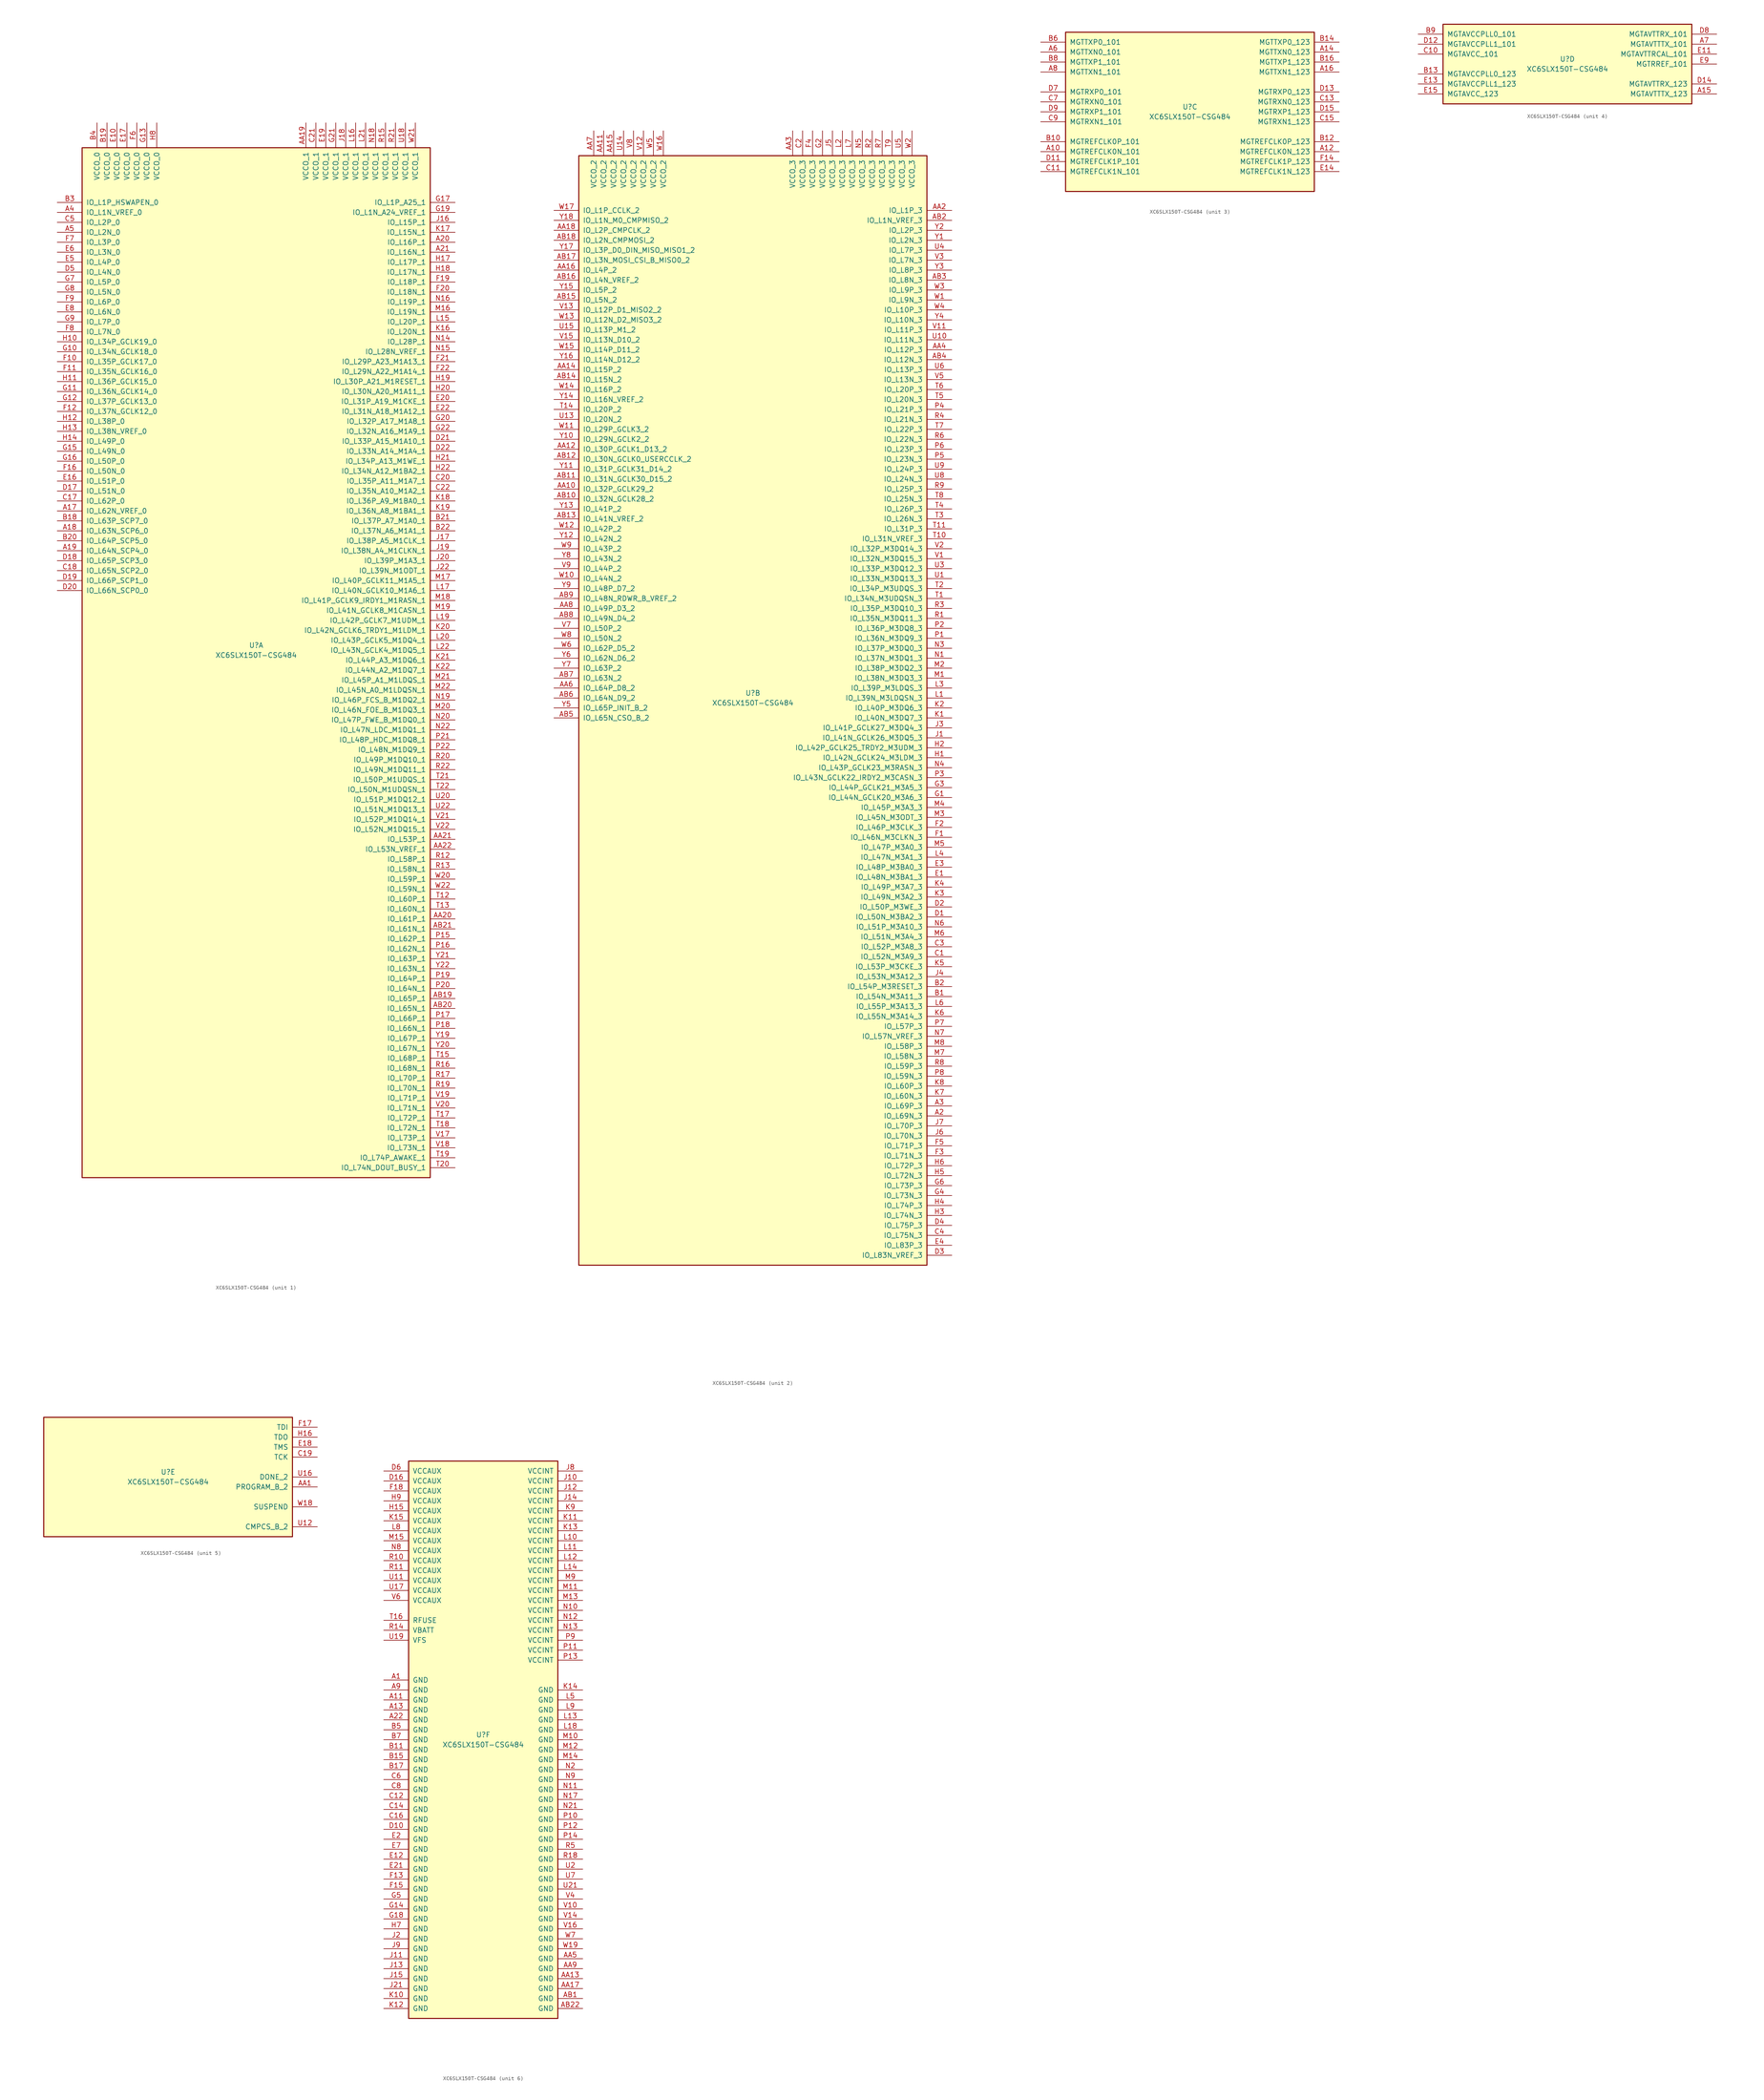
<source format=kicad_sym>
(kicad_symbol_lib
  (version 20201005)
  (generator kicad_symbol_editor)
  (symbol "XC6SLX150T-CSG484"
    (pin_names
      (offset 1.016))
    (property "Reference" "U"
      (at 0 1.27 0)
      (effects (font (size 1.27 1.27))))
    (property "Value" "XC6SLX150T-CSG484"
      (at 0 -1.27 0)
      (effects (font (size 1.27 1.27))))
    (property "Datasheet" ""
      (at 0 0 0)
      (effects (font (size 1.27 1.27))))
    (property "ki_locked" ""
      (at 0 0 0)
      (effects (font (size 1.27 1.27))))
    (symbol "XC6SLX150T-CSG484_1_1"
      (rectangle (start -44.45 128.27) (end 44.45 -134.62) (stroke (width 0.254)) (fill (type background)))
      (pin bidirectional line (at -50.8 35.56 0) (length 6.35) (name "IO_L62N_VREF_0" (effects (font (size 1.27 1.27)))) (number "A17" (effects (font (size 1.27 1.27)))))
      (pin bidirectional line (at -50.8 30.48 0) (length 6.35) (name "IO_L63N_SCP6_0" (effects (font (size 1.27 1.27)))) (number "A18" (effects (font (size 1.27 1.27)))))
      (pin bidirectional line (at -50.8 25.4 0) (length 6.35) (name "IO_L64N_SCP4_0" (effects (font (size 1.27 1.27)))) (number "A19" (effects (font (size 1.27 1.27)))))
      (pin bidirectional line (at 50.8 104.14 180) (length 6.35) (name "IO_L16P_1" (effects (font (size 1.27 1.27)))) (number "A20" (effects (font (size 1.27 1.27)))))
      (pin bidirectional line (at 50.8 101.6 180) (length 6.35) (name "IO_L16N_1" (effects (font (size 1.27 1.27)))) (number "A21" (effects (font (size 1.27 1.27)))))
      (pin bidirectional line (at -50.8 111.76 0) (length 6.35) (name "IO_L1N_VREF_0" (effects (font (size 1.27 1.27)))) (number "A4" (effects (font (size 1.27 1.27)))))
      (pin bidirectional line (at -50.8 106.68 0) (length 6.35) (name "IO_L2N_0" (effects (font (size 1.27 1.27)))) (number "A5" (effects (font (size 1.27 1.27)))))
      (pin power_in line (at 12.7 134.62 270) (length 6.35) (name "VCCO_1" (effects (font (size 1.27 1.27)))) (number "AA19" (effects (font (size 1.27 1.27)))))
      (pin bidirectional line (at 50.8 -68.58 180) (length 6.35) (name "IO_L61P_1" (effects (font (size 1.27 1.27)))) (number "AA20" (effects (font (size 1.27 1.27)))))
      (pin bidirectional line (at 50.8 -48.26 180) (length 6.35) (name "IO_L53P_1" (effects (font (size 1.27 1.27)))) (number "AA21" (effects (font (size 1.27 1.27)))))
      (pin bidirectional line (at 50.8 -50.8 180) (length 6.35) (name "IO_L53N_VREF_1" (effects (font (size 1.27 1.27)))) (number "AA22" (effects (font (size 1.27 1.27)))))
      (pin bidirectional line (at 50.8 -88.9 180) (length 6.35) (name "IO_L65P_1" (effects (font (size 1.27 1.27)))) (number "AB19" (effects (font (size 1.27 1.27)))))
      (pin bidirectional line (at 50.8 -91.44 180) (length 6.35) (name "IO_L65N_1" (effects (font (size 1.27 1.27)))) (number "AB20" (effects (font (size 1.27 1.27)))))
      (pin bidirectional line (at 50.8 -71.12 180) (length 6.35) (name "IO_L61N_1" (effects (font (size 1.27 1.27)))) (number "AB21" (effects (font (size 1.27 1.27)))))
      (pin bidirectional line (at -50.8 33.02 0) (length 6.35) (name "IO_L63P_SCP7_0" (effects (font (size 1.27 1.27)))) (number "B18" (effects (font (size 1.27 1.27)))))
      (pin power_in line (at -38.1 134.62 270) (length 6.35) (name "VCCO_0" (effects (font (size 1.27 1.27)))) (number "B19" (effects (font (size 1.27 1.27)))))
      (pin bidirectional line (at -50.8 27.94 0) (length 6.35) (name "IO_L64P_SCP5_0" (effects (font (size 1.27 1.27)))) (number "B20" (effects (font (size 1.27 1.27)))))
      (pin bidirectional line (at 50.8 33.02 180) (length 6.35) (name "IO_L37P_A7_M1A0_1" (effects (font (size 1.27 1.27)))) (number "B21" (effects (font (size 1.27 1.27)))))
      (pin bidirectional line (at 50.8 30.48 180) (length 6.35) (name "IO_L37N_A6_M1A1_1" (effects (font (size 1.27 1.27)))) (number "B22" (effects (font (size 1.27 1.27)))))
      (pin bidirectional line (at -50.8 114.3 0) (length 6.35) (name "IO_L1P_HSWAPEN_0" (effects (font (size 1.27 1.27)))) (number "B3" (effects (font (size 1.27 1.27)))))
      (pin power_in line (at -40.64 134.62 270) (length 6.35) (name "VCCO_0" (effects (font (size 1.27 1.27)))) (number "B4" (effects (font (size 1.27 1.27)))))
      (pin bidirectional line (at -50.8 38.1 0) (length 6.35) (name "IO_L62P_0" (effects (font (size 1.27 1.27)))) (number "C17" (effects (font (size 1.27 1.27)))))
      (pin bidirectional line (at -50.8 20.32 0) (length 6.35) (name "IO_L65N_SCP2_0" (effects (font (size 1.27 1.27)))) (number "C18" (effects (font (size 1.27 1.27)))))
      (pin bidirectional line (at 50.8 43.18 180) (length 6.35) (name "IO_L35P_A11_M1A7_1" (effects (font (size 1.27 1.27)))) (number "C20" (effects (font (size 1.27 1.27)))))
      (pin power_in line (at 15.24 134.62 270) (length 6.35) (name "VCCO_1" (effects (font (size 1.27 1.27)))) (number "C21" (effects (font (size 1.27 1.27)))))
      (pin bidirectional line (at 50.8 40.64 180) (length 6.35) (name "IO_L35N_A10_M1A2_1" (effects (font (size 1.27 1.27)))) (number "C22" (effects (font (size 1.27 1.27)))))
      (pin bidirectional line (at -50.8 109.22 0) (length 6.35) (name "IO_L2P_0" (effects (font (size 1.27 1.27)))) (number "C5" (effects (font (size 1.27 1.27)))))
      (pin bidirectional line (at -50.8 40.64 0) (length 6.35) (name "IO_L51N_0" (effects (font (size 1.27 1.27)))) (number "D17" (effects (font (size 1.27 1.27)))))
      (pin bidirectional line (at -50.8 22.86 0) (length 6.35) (name "IO_L65P_SCP3_0" (effects (font (size 1.27 1.27)))) (number "D18" (effects (font (size 1.27 1.27)))))
      (pin bidirectional line (at -50.8 17.78 0) (length 6.35) (name "IO_L66P_SCP1_0" (effects (font (size 1.27 1.27)))) (number "D19" (effects (font (size 1.27 1.27)))))
      (pin bidirectional line (at -50.8 15.24 0) (length 6.35) (name "IO_L66N_SCP0_0" (effects (font (size 1.27 1.27)))) (number "D20" (effects (font (size 1.27 1.27)))))
      (pin bidirectional line (at 50.8 53.34 180) (length 6.35) (name "IO_L33P_A15_M1A10_1" (effects (font (size 1.27 1.27)))) (number "D21" (effects (font (size 1.27 1.27)))))
      (pin bidirectional line (at 50.8 50.8 180) (length 6.35) (name "IO_L33N_A14_M1A4_1" (effects (font (size 1.27 1.27)))) (number "D22" (effects (font (size 1.27 1.27)))))
      (pin bidirectional line (at -50.8 96.52 0) (length 6.35) (name "IO_L4N_0" (effects (font (size 1.27 1.27)))) (number "D5" (effects (font (size 1.27 1.27)))))
      (pin power_in line (at -35.56 134.62 270) (length 6.35) (name "VCCO_0" (effects (font (size 1.27 1.27)))) (number "E10" (effects (font (size 1.27 1.27)))))
      (pin bidirectional line (at -50.8 43.18 0) (length 6.35) (name "IO_L51P_0" (effects (font (size 1.27 1.27)))) (number "E16" (effects (font (size 1.27 1.27)))))
      (pin power_in line (at -33.02 134.62 270) (length 6.35) (name "VCCO_0" (effects (font (size 1.27 1.27)))) (number "E17" (effects (font (size 1.27 1.27)))))
      (pin power_in line (at 17.78 134.62 270) (length 6.35) (name "VCCO_1" (effects (font (size 1.27 1.27)))) (number "E19" (effects (font (size 1.27 1.27)))))
      (pin bidirectional line (at 50.8 63.5 180) (length 6.35) (name "IO_L31P_A19_M1CKE_1" (effects (font (size 1.27 1.27)))) (number "E20" (effects (font (size 1.27 1.27)))))
      (pin bidirectional line (at 50.8 60.96 180) (length 6.35) (name "IO_L31N_A18_M1A12_1" (effects (font (size 1.27 1.27)))) (number "E22" (effects (font (size 1.27 1.27)))))
      (pin bidirectional line (at -50.8 99.06 0) (length 6.35) (name "IO_L4P_0" (effects (font (size 1.27 1.27)))) (number "E5" (effects (font (size 1.27 1.27)))))
      (pin bidirectional line (at -50.8 101.6 0) (length 6.35) (name "IO_L3N_0" (effects (font (size 1.27 1.27)))) (number "E6" (effects (font (size 1.27 1.27)))))
      (pin bidirectional line (at -50.8 86.36 0) (length 6.35) (name "IO_L6N_0" (effects (font (size 1.27 1.27)))) (number "E8" (effects (font (size 1.27 1.27)))))
      (pin bidirectional line (at -50.8 73.66 0) (length 6.35) (name "IO_L35P_GCLK17_0" (effects (font (size 1.27 1.27)))) (number "F10" (effects (font (size 1.27 1.27)))))
      (pin bidirectional line (at -50.8 71.12 0) (length 6.35) (name "IO_L35N_GCLK16_0" (effects (font (size 1.27 1.27)))) (number "F11" (effects (font (size 1.27 1.27)))))
      (pin bidirectional line (at -50.8 60.96 0) (length 6.35) (name "IO_L37N_GCLK12_0" (effects (font (size 1.27 1.27)))) (number "F12" (effects (font (size 1.27 1.27)))))
      (pin bidirectional line (at -50.8 45.72 0) (length 6.35) (name "IO_L50N_0" (effects (font (size 1.27 1.27)))) (number "F16" (effects (font (size 1.27 1.27)))))
      (pin bidirectional line (at 50.8 93.98 180) (length 6.35) (name "IO_L18P_1" (effects (font (size 1.27 1.27)))) (number "F19" (effects (font (size 1.27 1.27)))))
      (pin bidirectional line (at 50.8 91.44 180) (length 6.35) (name "IO_L18N_1" (effects (font (size 1.27 1.27)))) (number "F20" (effects (font (size 1.27 1.27)))))
      (pin bidirectional line (at 50.8 73.66 180) (length 6.35) (name "IO_L29P_A23_M1A13_1" (effects (font (size 1.27 1.27)))) (number "F21" (effects (font (size 1.27 1.27)))))
      (pin bidirectional line (at 50.8 71.12 180) (length 6.35) (name "IO_L29N_A22_M1A14_1" (effects (font (size 1.27 1.27)))) (number "F22" (effects (font (size 1.27 1.27)))))
      (pin power_in line (at -30.48 134.62 270) (length 6.35) (name "VCCO_0" (effects (font (size 1.27 1.27)))) (number "F6" (effects (font (size 1.27 1.27)))))
      (pin bidirectional line (at -50.8 104.14 0) (length 6.35) (name "IO_L3P_0" (effects (font (size 1.27 1.27)))) (number "F7" (effects (font (size 1.27 1.27)))))
      (pin bidirectional line (at -50.8 81.28 0) (length 6.35) (name "IO_L7N_0" (effects (font (size 1.27 1.27)))) (number "F8" (effects (font (size 1.27 1.27)))))
      (pin bidirectional line (at -50.8 88.9 0) (length 6.35) (name "IO_L6P_0" (effects (font (size 1.27 1.27)))) (number "F9" (effects (font (size 1.27 1.27)))))
      (pin bidirectional line (at -50.8 76.2 0) (length 6.35) (name "IO_L34N_GCLK18_0" (effects (font (size 1.27 1.27)))) (number "G10" (effects (font (size 1.27 1.27)))))
      (pin bidirectional line (at -50.8 66.04 0) (length 6.35) (name "IO_L36N_GCLK14_0" (effects (font (size 1.27 1.27)))) (number "G11" (effects (font (size 1.27 1.27)))))
      (pin bidirectional line (at -50.8 63.5 0) (length 6.35) (name "IO_L37P_GCLK13_0" (effects (font (size 1.27 1.27)))) (number "G12" (effects (font (size 1.27 1.27)))))
      (pin power_in line (at -27.94 134.62 270) (length 6.35) (name "VCCO_0" (effects (font (size 1.27 1.27)))) (number "G13" (effects (font (size 1.27 1.27)))))
      (pin bidirectional line (at -50.8 50.8 0) (length 6.35) (name "IO_L49N_0" (effects (font (size 1.27 1.27)))) (number "G15" (effects (font (size 1.27 1.27)))))
      (pin bidirectional line (at -50.8 48.26 0) (length 6.35) (name "IO_L50P_0" (effects (font (size 1.27 1.27)))) (number "G16" (effects (font (size 1.27 1.27)))))
      (pin bidirectional line (at 50.8 114.3 180) (length 6.35) (name "IO_L1P_A25_1" (effects (font (size 1.27 1.27)))) (number "G17" (effects (font (size 1.27 1.27)))))
      (pin bidirectional line (at 50.8 111.76 180) (length 6.35) (name "IO_L1N_A24_VREF_1" (effects (font (size 1.27 1.27)))) (number "G19" (effects (font (size 1.27 1.27)))))
      (pin bidirectional line (at 50.8 58.42 180) (length 6.35) (name "IO_L32P_A17_M1A8_1" (effects (font (size 1.27 1.27)))) (number "G20" (effects (font (size 1.27 1.27)))))
      (pin power_in line (at 20.32 134.62 270) (length 6.35) (name "VCCO_1" (effects (font (size 1.27 1.27)))) (number "G21" (effects (font (size 1.27 1.27)))))
      (pin bidirectional line (at 50.8 55.88 180) (length 6.35) (name "IO_L32N_A16_M1A9_1" (effects (font (size 1.27 1.27)))) (number "G22" (effects (font (size 1.27 1.27)))))
      (pin bidirectional line (at -50.8 93.98 0) (length 6.35) (name "IO_L5P_0" (effects (font (size 1.27 1.27)))) (number "G7" (effects (font (size 1.27 1.27)))))
      (pin bidirectional line (at -50.8 91.44 0) (length 6.35) (name "IO_L5N_0" (effects (font (size 1.27 1.27)))) (number "G8" (effects (font (size 1.27 1.27)))))
      (pin bidirectional line (at -50.8 83.82 0) (length 6.35) (name "IO_L7P_0" (effects (font (size 1.27 1.27)))) (number "G9" (effects (font (size 1.27 1.27)))))
      (pin bidirectional line (at -50.8 78.74 0) (length 6.35) (name "IO_L34P_GCLK19_0" (effects (font (size 1.27 1.27)))) (number "H10" (effects (font (size 1.27 1.27)))))
      (pin bidirectional line (at -50.8 68.58 0) (length 6.35) (name "IO_L36P_GCLK15_0" (effects (font (size 1.27 1.27)))) (number "H11" (effects (font (size 1.27 1.27)))))
      (pin bidirectional line (at -50.8 58.42 0) (length 6.35) (name "IO_L38P_0" (effects (font (size 1.27 1.27)))) (number "H12" (effects (font (size 1.27 1.27)))))
      (pin bidirectional line (at -50.8 55.88 0) (length 6.35) (name "IO_L38N_VREF_0" (effects (font (size 1.27 1.27)))) (number "H13" (effects (font (size 1.27 1.27)))))
      (pin bidirectional line (at -50.8 53.34 0) (length 6.35) (name "IO_L49P_0" (effects (font (size 1.27 1.27)))) (number "H14" (effects (font (size 1.27 1.27)))))
      (pin bidirectional line (at 50.8 99.06 180) (length 6.35) (name "IO_L17P_1" (effects (font (size 1.27 1.27)))) (number "H17" (effects (font (size 1.27 1.27)))))
      (pin bidirectional line (at 50.8 96.52 180) (length 6.35) (name "IO_L17N_1" (effects (font (size 1.27 1.27)))) (number "H18" (effects (font (size 1.27 1.27)))))
      (pin bidirectional line (at 50.8 68.58 180) (length 6.35) (name "IO_L30P_A21_M1RESET_1" (effects (font (size 1.27 1.27)))) (number "H19" (effects (font (size 1.27 1.27)))))
      (pin bidirectional line (at 50.8 66.04 180) (length 6.35) (name "IO_L30N_A20_M1A11_1" (effects (font (size 1.27 1.27)))) (number "H20" (effects (font (size 1.27 1.27)))))
      (pin bidirectional line (at 50.8 48.26 180) (length 6.35) (name "IO_L34P_A13_M1WE_1" (effects (font (size 1.27 1.27)))) (number "H21" (effects (font (size 1.27 1.27)))))
      (pin bidirectional line (at 50.8 45.72 180) (length 6.35) (name "IO_L34N_A12_M1BA2_1" (effects (font (size 1.27 1.27)))) (number "H22" (effects (font (size 1.27 1.27)))))
      (pin power_in line (at -25.4 134.62 270) (length 6.35) (name "VCCO_0" (effects (font (size 1.27 1.27)))) (number "H8" (effects (font (size 1.27 1.27)))))
      (pin bidirectional line (at 50.8 109.22 180) (length 6.35) (name "IO_L15P_1" (effects (font (size 1.27 1.27)))) (number "J16" (effects (font (size 1.27 1.27)))))
      (pin bidirectional line (at 50.8 27.94 180) (length 6.35) (name "IO_L38P_A5_M1CLK_1" (effects (font (size 1.27 1.27)))) (number "J17" (effects (font (size 1.27 1.27)))))
      (pin power_in line (at 22.86 134.62 270) (length 6.35) (name "VCCO_1" (effects (font (size 1.27 1.27)))) (number "J18" (effects (font (size 1.27 1.27)))))
      (pin bidirectional line (at 50.8 25.4 180) (length 6.35) (name "IO_L38N_A4_M1CLKN_1" (effects (font (size 1.27 1.27)))) (number "J19" (effects (font (size 1.27 1.27)))))
      (pin bidirectional line (at 50.8 22.86 180) (length 6.35) (name "IO_L39P_M1A3_1" (effects (font (size 1.27 1.27)))) (number "J20" (effects (font (size 1.27 1.27)))))
      (pin bidirectional line (at 50.8 20.32 180) (length 6.35) (name "IO_L39N_M1ODT_1" (effects (font (size 1.27 1.27)))) (number "J22" (effects (font (size 1.27 1.27)))))
      (pin bidirectional line (at 50.8 81.28 180) (length 6.35) (name "IO_L20N_1" (effects (font (size 1.27 1.27)))) (number "K16" (effects (font (size 1.27 1.27)))))
      (pin bidirectional line (at 50.8 106.68 180) (length 6.35) (name "IO_L15N_1" (effects (font (size 1.27 1.27)))) (number "K17" (effects (font (size 1.27 1.27)))))
      (pin bidirectional line (at 50.8 38.1 180) (length 6.35) (name "IO_L36P_A9_M1BA0_1" (effects (font (size 1.27 1.27)))) (number "K18" (effects (font (size 1.27 1.27)))))
      (pin bidirectional line (at 50.8 35.56 180) (length 6.35) (name "IO_L36N_A8_M1BA1_1" (effects (font (size 1.27 1.27)))) (number "K19" (effects (font (size 1.27 1.27)))))
      (pin bidirectional line (at 50.8 5.08 180) (length 6.35) (name "IO_L42N_GCLK6_TRDY1_M1LDM_1" (effects (font (size 1.27 1.27)))) (number "K20" (effects (font (size 1.27 1.27)))))
      (pin bidirectional line (at 50.8 -2.54 180) (length 6.35) (name "IO_L44P_A3_M1DQ6_1" (effects (font (size 1.27 1.27)))) (number "K21" (effects (font (size 1.27 1.27)))))
      (pin bidirectional line (at 50.8 -5.08 180) (length 6.35) (name "IO_L44N_A2_M1DQ7_1" (effects (font (size 1.27 1.27)))) (number "K22" (effects (font (size 1.27 1.27)))))
      (pin bidirectional line (at 50.8 83.82 180) (length 6.35) (name "IO_L20P_1" (effects (font (size 1.27 1.27)))) (number "L15" (effects (font (size 1.27 1.27)))))
      (pin power_in line (at 25.4 134.62 270) (length 6.35) (name "VCCO_1" (effects (font (size 1.27 1.27)))) (number "L16" (effects (font (size 1.27 1.27)))))
      (pin bidirectional line (at 50.8 15.24 180) (length 6.35) (name "IO_L40N_GCLK10_M1A6_1" (effects (font (size 1.27 1.27)))) (number "L17" (effects (font (size 1.27 1.27)))))
      (pin bidirectional line (at 50.8 7.62 180) (length 6.35) (name "IO_L42P_GCLK7_M1UDM_1" (effects (font (size 1.27 1.27)))) (number "L19" (effects (font (size 1.27 1.27)))))
      (pin bidirectional line (at 50.8 2.54 180) (length 6.35) (name "IO_L43P_GCLK5_M1DQ4_1" (effects (font (size 1.27 1.27)))) (number "L20" (effects (font (size 1.27 1.27)))))
      (pin power_in line (at 27.94 134.62 270) (length 6.35) (name "VCCO_1" (effects (font (size 1.27 1.27)))) (number "L21" (effects (font (size 1.27 1.27)))))
      (pin bidirectional line (at 50.8 0 180) (length 6.35) (name "IO_L43N_GCLK4_M1DQ5_1" (effects (font (size 1.27 1.27)))) (number "L22" (effects (font (size 1.27 1.27)))))
      (pin bidirectional line (at 50.8 86.36 180) (length 6.35) (name "IO_L19N_1" (effects (font (size 1.27 1.27)))) (number "M16" (effects (font (size 1.27 1.27)))))
      (pin bidirectional line (at 50.8 17.78 180) (length 6.35) (name "IO_L40P_GCLK11_M1A5_1" (effects (font (size 1.27 1.27)))) (number "M17" (effects (font (size 1.27 1.27)))))
      (pin bidirectional line (at 50.8 12.7 180) (length 6.35) (name "IO_L41P_GCLK9_IRDY1_M1RASN_1" (effects (font (size 1.27 1.27)))) (number "M18" (effects (font (size 1.27 1.27)))))
      (pin bidirectional line (at 50.8 10.16 180) (length 6.35) (name "IO_L41N_GCLK8_M1CASN_1" (effects (font (size 1.27 1.27)))) (number "M19" (effects (font (size 1.27 1.27)))))
      (pin bidirectional line (at 50.8 -15.24 180) (length 6.35) (name "IO_L46N_FOE_B_M1DQ3_1" (effects (font (size 1.27 1.27)))) (number "M20" (effects (font (size 1.27 1.27)))))
      (pin bidirectional line (at 50.8 -7.62 180) (length 6.35) (name "IO_L45P_A1_M1LDQS_1" (effects (font (size 1.27 1.27)))) (number "M21" (effects (font (size 1.27 1.27)))))
      (pin bidirectional line (at 50.8 -10.16 180) (length 6.35) (name "IO_L45N_A0_M1LDQSN_1" (effects (font (size 1.27 1.27)))) (number "M22" (effects (font (size 1.27 1.27)))))
      (pin bidirectional line (at 50.8 78.74 180) (length 6.35) (name "IO_L28P_1" (effects (font (size 1.27 1.27)))) (number "N14" (effects (font (size 1.27 1.27)))))
      (pin bidirectional line (at 50.8 76.2 180) (length 6.35) (name "IO_L28N_VREF_1" (effects (font (size 1.27 1.27)))) (number "N15" (effects (font (size 1.27 1.27)))))
      (pin bidirectional line (at 50.8 88.9 180) (length 6.35) (name "IO_L19P_1" (effects (font (size 1.27 1.27)))) (number "N16" (effects (font (size 1.27 1.27)))))
      (pin power_in line (at 30.48 134.62 270) (length 6.35) (name "VCCO_1" (effects (font (size 1.27 1.27)))) (number "N18" (effects (font (size 1.27 1.27)))))
      (pin bidirectional line (at 50.8 -12.7 180) (length 6.35) (name "IO_L46P_FCS_B_M1DQ2_1" (effects (font (size 1.27 1.27)))) (number "N19" (effects (font (size 1.27 1.27)))))
      (pin bidirectional line (at 50.8 -17.78 180) (length 6.35) (name "IO_L47P_FWE_B_M1DQ0_1" (effects (font (size 1.27 1.27)))) (number "N20" (effects (font (size 1.27 1.27)))))
      (pin bidirectional line (at 50.8 -20.32 180) (length 6.35) (name "IO_L47N_LDC_M1DQ1_1" (effects (font (size 1.27 1.27)))) (number "N22" (effects (font (size 1.27 1.27)))))
      (pin bidirectional line (at 50.8 -73.66 180) (length 6.35) (name "IO_L62P_1" (effects (font (size 1.27 1.27)))) (number "P15" (effects (font (size 1.27 1.27)))))
      (pin bidirectional line (at 50.8 -76.2 180) (length 6.35) (name "IO_L62N_1" (effects (font (size 1.27 1.27)))) (number "P16" (effects (font (size 1.27 1.27)))))
      (pin bidirectional line (at 50.8 -93.98 180) (length 6.35) (name "IO_L66P_1" (effects (font (size 1.27 1.27)))) (number "P17" (effects (font (size 1.27 1.27)))))
      (pin bidirectional line (at 50.8 -96.52 180) (length 6.35) (name "IO_L66N_1" (effects (font (size 1.27 1.27)))) (number "P18" (effects (font (size 1.27 1.27)))))
      (pin bidirectional line (at 50.8 -83.82 180) (length 6.35) (name "IO_L64P_1" (effects (font (size 1.27 1.27)))) (number "P19" (effects (font (size 1.27 1.27)))))
      (pin bidirectional line (at 50.8 -86.36 180) (length 6.35) (name "IO_L64N_1" (effects (font (size 1.27 1.27)))) (number "P20" (effects (font (size 1.27 1.27)))))
      (pin bidirectional line (at 50.8 -22.86 180) (length 6.35) (name "IO_L48P_HDC_M1DQ8_1" (effects (font (size 1.27 1.27)))) (number "P21" (effects (font (size 1.27 1.27)))))
      (pin bidirectional line (at 50.8 -25.4 180) (length 6.35) (name "IO_L48N_M1DQ9_1" (effects (font (size 1.27 1.27)))) (number "P22" (effects (font (size 1.27 1.27)))))
      (pin bidirectional line (at 50.8 -53.34 180) (length 6.35) (name "IO_L58P_1" (effects (font (size 1.27 1.27)))) (number "R12" (effects (font (size 1.27 1.27)))))
      (pin bidirectional line (at 50.8 -55.88 180) (length 6.35) (name "IO_L58N_1" (effects (font (size 1.27 1.27)))) (number "R13" (effects (font (size 1.27 1.27)))))
      (pin power_in line (at 33.02 134.62 270) (length 6.35) (name "VCCO_1" (effects (font (size 1.27 1.27)))) (number "R15" (effects (font (size 1.27 1.27)))))
      (pin bidirectional line (at 50.8 -106.68 180) (length 6.35) (name "IO_L68N_1" (effects (font (size 1.27 1.27)))) (number "R16" (effects (font (size 1.27 1.27)))))
      (pin bidirectional line (at 50.8 -109.22 180) (length 6.35) (name "IO_L70P_1" (effects (font (size 1.27 1.27)))) (number "R17" (effects (font (size 1.27 1.27)))))
      (pin bidirectional line (at 50.8 -111.76 180) (length 6.35) (name "IO_L70N_1" (effects (font (size 1.27 1.27)))) (number "R19" (effects (font (size 1.27 1.27)))))
      (pin bidirectional line (at 50.8 -27.94 180) (length 6.35) (name "IO_L49P_M1DQ10_1" (effects (font (size 1.27 1.27)))) (number "R20" (effects (font (size 1.27 1.27)))))
      (pin power_in line (at 35.56 134.62 270) (length 6.35) (name "VCCO_1" (effects (font (size 1.27 1.27)))) (number "R21" (effects (font (size 1.27 1.27)))))
      (pin bidirectional line (at 50.8 -30.48 180) (length 6.35) (name "IO_L49N_M1DQ11_1" (effects (font (size 1.27 1.27)))) (number "R22" (effects (font (size 1.27 1.27)))))
      (pin bidirectional line (at 50.8 -63.5 180) (length 6.35) (name "IO_L60P_1" (effects (font (size 1.27 1.27)))) (number "T12" (effects (font (size 1.27 1.27)))))
      (pin bidirectional line (at 50.8 -66.04 180) (length 6.35) (name "IO_L60N_1" (effects (font (size 1.27 1.27)))) (number "T13" (effects (font (size 1.27 1.27)))))
      (pin bidirectional line (at 50.8 -104.14 180) (length 6.35) (name "IO_L68P_1" (effects (font (size 1.27 1.27)))) (number "T15" (effects (font (size 1.27 1.27)))))
      (pin bidirectional line (at 50.8 -119.38 180) (length 6.35) (name "IO_L72P_1" (effects (font (size 1.27 1.27)))) (number "T17" (effects (font (size 1.27 1.27)))))
      (pin bidirectional line (at 50.8 -121.92 180) (length 6.35) (name "IO_L72N_1" (effects (font (size 1.27 1.27)))) (number "T18" (effects (font (size 1.27 1.27)))))
      (pin bidirectional line (at 50.8 -129.54 180) (length 6.35) (name "IO_L74P_AWAKE_1" (effects (font (size 1.27 1.27)))) (number "T19" (effects (font (size 1.27 1.27)))))
      (pin bidirectional line (at 50.8 -132.08 180) (length 6.35) (name "IO_L74N_DOUT_BUSY_1" (effects (font (size 1.27 1.27)))) (number "T20" (effects (font (size 1.27 1.27)))))
      (pin bidirectional line (at 50.8 -33.02 180) (length 6.35) (name "IO_L50P_M1UDQS_1" (effects (font (size 1.27 1.27)))) (number "T21" (effects (font (size 1.27 1.27)))))
      (pin bidirectional line (at 50.8 -35.56 180) (length 6.35) (name "IO_L50N_M1UDQSN_1" (effects (font (size 1.27 1.27)))) (number "T22" (effects (font (size 1.27 1.27)))))
      (pin power_in line (at 38.1 134.62 270) (length 6.35) (name "VCCO_1" (effects (font (size 1.27 1.27)))) (number "U18" (effects (font (size 1.27 1.27)))))
      (pin bidirectional line (at 50.8 -38.1 180) (length 6.35) (name "IO_L51P_M1DQ12_1" (effects (font (size 1.27 1.27)))) (number "U20" (effects (font (size 1.27 1.27)))))
      (pin bidirectional line (at 50.8 -40.64 180) (length 6.35) (name "IO_L51N_M1DQ13_1" (effects (font (size 1.27 1.27)))) (number "U22" (effects (font (size 1.27 1.27)))))
      (pin bidirectional line (at 50.8 -124.46 180) (length 6.35) (name "IO_L73P_1" (effects (font (size 1.27 1.27)))) (number "V17" (effects (font (size 1.27 1.27)))))
      (pin bidirectional line (at 50.8 -127 180) (length 6.35) (name "IO_L73N_1" (effects (font (size 1.27 1.27)))) (number "V18" (effects (font (size 1.27 1.27)))))
      (pin bidirectional line (at 50.8 -114.3 180) (length 6.35) (name "IO_L71P_1" (effects (font (size 1.27 1.27)))) (number "V19" (effects (font (size 1.27 1.27)))))
      (pin bidirectional line (at 50.8 -116.84 180) (length 6.35) (name "IO_L71N_1" (effects (font (size 1.27 1.27)))) (number "V20" (effects (font (size 1.27 1.27)))))
      (pin bidirectional line (at 50.8 -43.18 180) (length 6.35) (name "IO_L52P_M1DQ14_1" (effects (font (size 1.27 1.27)))) (number "V21" (effects (font (size 1.27 1.27)))))
      (pin bidirectional line (at 50.8 -45.72 180) (length 6.35) (name "IO_L52N_M1DQ15_1" (effects (font (size 1.27 1.27)))) (number "V22" (effects (font (size 1.27 1.27)))))
      (pin bidirectional line (at 50.8 -58.42 180) (length 6.35) (name "IO_L59P_1" (effects (font (size 1.27 1.27)))) (number "W20" (effects (font (size 1.27 1.27)))))
      (pin power_in line (at 40.64 134.62 270) (length 6.35) (name "VCCO_1" (effects (font (size 1.27 1.27)))) (number "W21" (effects (font (size 1.27 1.27)))))
      (pin bidirectional line (at 50.8 -60.96 180) (length 6.35) (name "IO_L59N_1" (effects (font (size 1.27 1.27)))) (number "W22" (effects (font (size 1.27 1.27)))))
      (pin bidirectional line (at 50.8 -99.06 180) (length 6.35) (name "IO_L67P_1" (effects (font (size 1.27 1.27)))) (number "Y19" (effects (font (size 1.27 1.27)))))
      (pin bidirectional line (at 50.8 -101.6 180) (length 6.35) (name "IO_L67N_1" (effects (font (size 1.27 1.27)))) (number "Y20" (effects (font (size 1.27 1.27)))))
      (pin bidirectional line (at 50.8 -78.74 180) (length 6.35) (name "IO_L63P_1" (effects (font (size 1.27 1.27)))) (number "Y21" (effects (font (size 1.27 1.27)))))
      (pin bidirectional line (at 50.8 -81.28 180) (length 6.35) (name "IO_L63N_1" (effects (font (size 1.27 1.27)))) (number "Y22" (effects (font (size 1.27 1.27))))))
    (symbol "XC6SLX150T-CSG484_2_1"
      (rectangle (start -44.45 138.43) (end 44.45 -144.78) (stroke (width 0.254)) (fill (type background)))
      (pin bidirectional line (at 50.8 -106.68 180) (length 6.35) (name "IO_L69N_3" (effects (font (size 1.27 1.27)))) (number "A2" (effects (font (size 1.27 1.27)))))
      (pin bidirectional line (at 50.8 -104.14 180) (length 6.35) (name "IO_L69P_3" (effects (font (size 1.27 1.27)))) (number "A3" (effects (font (size 1.27 1.27)))))
      (pin bidirectional line (at -50.8 53.34 0) (length 6.35) (name "IO_L32P_GCLK29_2" (effects (font (size 1.27 1.27)))) (number "AA10" (effects (font (size 1.27 1.27)))))
      (pin power_in line (at -38.1 144.78 270) (length 6.35) (name "VCCO_2" (effects (font (size 1.27 1.27)))) (number "AA11" (effects (font (size 1.27 1.27)))))
      (pin bidirectional line (at -50.8 63.5 0) (length 6.35) (name "IO_L30P_GCLK1_D13_2" (effects (font (size 1.27 1.27)))) (number "AA12" (effects (font (size 1.27 1.27)))))
      (pin bidirectional line (at -50.8 83.82 0) (length 6.35) (name "IO_L15P_2" (effects (font (size 1.27 1.27)))) (number "AA14" (effects (font (size 1.27 1.27)))))
      (pin power_in line (at -35.56 144.78 270) (length 6.35) (name "VCCO_2" (effects (font (size 1.27 1.27)))) (number "AA15" (effects (font (size 1.27 1.27)))))
      (pin bidirectional line (at -50.8 109.22 0) (length 6.35) (name "IO_L4P_2" (effects (font (size 1.27 1.27)))) (number "AA16" (effects (font (size 1.27 1.27)))))
      (pin bidirectional line (at -50.8 119.38 0) (length 6.35) (name "IO_L2P_CMPCLK_2" (effects (font (size 1.27 1.27)))) (number "AA18" (effects (font (size 1.27 1.27)))))
      (pin bidirectional line (at 50.8 124.46 180) (length 6.35) (name "IO_L1P_3" (effects (font (size 1.27 1.27)))) (number "AA2" (effects (font (size 1.27 1.27)))))
      (pin power_in line (at 10.16 144.78 270) (length 6.35) (name "VCCO_3" (effects (font (size 1.27 1.27)))) (number "AA3" (effects (font (size 1.27 1.27)))))
      (pin bidirectional line (at 50.8 88.9 180) (length 6.35) (name "IO_L12P_3" (effects (font (size 1.27 1.27)))) (number "AA4" (effects (font (size 1.27 1.27)))))
      (pin bidirectional line (at -50.8 2.54 0) (length 6.35) (name "IO_L64P_D8_2" (effects (font (size 1.27 1.27)))) (number "AA6" (effects (font (size 1.27 1.27)))))
      (pin power_in line (at -40.64 144.78 270) (length 6.35) (name "VCCO_2" (effects (font (size 1.27 1.27)))) (number "AA7" (effects (font (size 1.27 1.27)))))
      (pin bidirectional line (at -50.8 22.86 0) (length 6.35) (name "IO_L49P_D3_2" (effects (font (size 1.27 1.27)))) (number "AA8" (effects (font (size 1.27 1.27)))))
      (pin bidirectional line (at -50.8 50.8 0) (length 6.35) (name "IO_L32N_GCLK28_2" (effects (font (size 1.27 1.27)))) (number "AB10" (effects (font (size 1.27 1.27)))))
      (pin bidirectional line (at -50.8 55.88 0) (length 6.35) (name "IO_L31N_GCLK30_D15_2" (effects (font (size 1.27 1.27)))) (number "AB11" (effects (font (size 1.27 1.27)))))
      (pin bidirectional line (at -50.8 60.96 0) (length 6.35) (name "IO_L30N_GCLK0_USERCCLK_2" (effects (font (size 1.27 1.27)))) (number "AB12" (effects (font (size 1.27 1.27)))))
      (pin bidirectional line (at -50.8 45.72 0) (length 6.35) (name "IO_L41N_VREF_2" (effects (font (size 1.27 1.27)))) (number "AB13" (effects (font (size 1.27 1.27)))))
      (pin bidirectional line (at -50.8 81.28 0) (length 6.35) (name "IO_L15N_2" (effects (font (size 1.27 1.27)))) (number "AB14" (effects (font (size 1.27 1.27)))))
      (pin bidirectional line (at -50.8 101.6 0) (length 6.35) (name "IO_L5N_2" (effects (font (size 1.27 1.27)))) (number "AB15" (effects (font (size 1.27 1.27)))))
      (pin bidirectional line (at -50.8 106.68 0) (length 6.35) (name "IO_L4N_VREF_2" (effects (font (size 1.27 1.27)))) (number "AB16" (effects (font (size 1.27 1.27)))))
      (pin bidirectional line (at -50.8 111.76 0) (length 6.35) (name "IO_L3N_MOSI_CSI_B_MISO0_2" (effects (font (size 1.27 1.27)))) (number "AB17" (effects (font (size 1.27 1.27)))))
      (pin bidirectional line (at -50.8 116.84 0) (length 6.35) (name "IO_L2N_CMPMOSI_2" (effects (font (size 1.27 1.27)))) (number "AB18" (effects (font (size 1.27 1.27)))))
      (pin bidirectional line (at 50.8 121.92 180) (length 6.35) (name "IO_L1N_VREF_3" (effects (font (size 1.27 1.27)))) (number "AB2" (effects (font (size 1.27 1.27)))))
      (pin bidirectional line (at 50.8 106.68 180) (length 6.35) (name "IO_L8N_3" (effects (font (size 1.27 1.27)))) (number "AB3" (effects (font (size 1.27 1.27)))))
      (pin bidirectional line (at 50.8 86.36 180) (length 6.35) (name "IO_L12N_3" (effects (font (size 1.27 1.27)))) (number "AB4" (effects (font (size 1.27 1.27)))))
      (pin bidirectional line (at -50.8 -5.08 0) (length 6.35) (name "IO_L65N_CSO_B_2" (effects (font (size 1.27 1.27)))) (number "AB5" (effects (font (size 1.27 1.27)))))
      (pin bidirectional line (at -50.8 0 0) (length 6.35) (name "IO_L64N_D9_2" (effects (font (size 1.27 1.27)))) (number "AB6" (effects (font (size 1.27 1.27)))))
      (pin bidirectional line (at -50.8 5.08 0) (length 6.35) (name "IO_L63N_2" (effects (font (size 1.27 1.27)))) (number "AB7" (effects (font (size 1.27 1.27)))))
      (pin bidirectional line (at -50.8 20.32 0) (length 6.35) (name "IO_L49N_D4_2" (effects (font (size 1.27 1.27)))) (number "AB8" (effects (font (size 1.27 1.27)))))
      (pin bidirectional line (at -50.8 25.4 0) (length 6.35) (name "IO_L48N_RDWR_B_VREF_2" (effects (font (size 1.27 1.27)))) (number "AB9" (effects (font (size 1.27 1.27)))))
      (pin bidirectional line (at 50.8 -76.2 180) (length 6.35) (name "IO_L54N_M3A11_3" (effects (font (size 1.27 1.27)))) (number "B1" (effects (font (size 1.27 1.27)))))
      (pin bidirectional line (at 50.8 -73.66 180) (length 6.35) (name "IO_L54P_M3RESET_3" (effects (font (size 1.27 1.27)))) (number "B2" (effects (font (size 1.27 1.27)))))
      (pin bidirectional line (at 50.8 -66.04 180) (length 6.35) (name "IO_L52N_M3A9_3" (effects (font (size 1.27 1.27)))) (number "C1" (effects (font (size 1.27 1.27)))))
      (pin power_in line (at 12.7 144.78 270) (length 6.35) (name "VCCO_3" (effects (font (size 1.27 1.27)))) (number "C2" (effects (font (size 1.27 1.27)))))
      (pin bidirectional line (at 50.8 -63.5 180) (length 6.35) (name "IO_L52P_M3A8_3" (effects (font (size 1.27 1.27)))) (number "C3" (effects (font (size 1.27 1.27)))))
      (pin bidirectional line (at 50.8 -137.16 180) (length 6.35) (name "IO_L75N_3" (effects (font (size 1.27 1.27)))) (number "C4" (effects (font (size 1.27 1.27)))))
      (pin bidirectional line (at 50.8 -55.88 180) (length 6.35) (name "IO_L50N_M3BA2_3" (effects (font (size 1.27 1.27)))) (number "D1" (effects (font (size 1.27 1.27)))))
      (pin bidirectional line (at 50.8 -53.34 180) (length 6.35) (name "IO_L50P_M3WE_3" (effects (font (size 1.27 1.27)))) (number "D2" (effects (font (size 1.27 1.27)))))
      (pin bidirectional line (at 50.8 -142.24 180) (length 6.35) (name "IO_L83N_VREF_3" (effects (font (size 1.27 1.27)))) (number "D3" (effects (font (size 1.27 1.27)))))
      (pin bidirectional line (at 50.8 -134.62 180) (length 6.35) (name "IO_L75P_3" (effects (font (size 1.27 1.27)))) (number "D4" (effects (font (size 1.27 1.27)))))
      (pin bidirectional line (at 50.8 -45.72 180) (length 6.35) (name "IO_L48N_M3BA1_3" (effects (font (size 1.27 1.27)))) (number "E1" (effects (font (size 1.27 1.27)))))
      (pin bidirectional line (at 50.8 -43.18 180) (length 6.35) (name "IO_L48P_M3BA0_3" (effects (font (size 1.27 1.27)))) (number "E3" (effects (font (size 1.27 1.27)))))
      (pin bidirectional line (at 50.8 -139.7 180) (length 6.35) (name "IO_L83P_3" (effects (font (size 1.27 1.27)))) (number "E4" (effects (font (size 1.27 1.27)))))
      (pin bidirectional line (at 50.8 -35.56 180) (length 6.35) (name "IO_L46N_M3CLKN_3" (effects (font (size 1.27 1.27)))) (number "F1" (effects (font (size 1.27 1.27)))))
      (pin bidirectional line (at 50.8 -33.02 180) (length 6.35) (name "IO_L46P_M3CLK_3" (effects (font (size 1.27 1.27)))) (number "F2" (effects (font (size 1.27 1.27)))))
      (pin bidirectional line (at 50.8 -116.84 180) (length 6.35) (name "IO_L71N_3" (effects (font (size 1.27 1.27)))) (number "F3" (effects (font (size 1.27 1.27)))))
      (pin power_in line (at 15.24 144.78 270) (length 6.35) (name "VCCO_3" (effects (font (size 1.27 1.27)))) (number "F4" (effects (font (size 1.27 1.27)))))
      (pin bidirectional line (at 50.8 -114.3 180) (length 6.35) (name "IO_L71P_3" (effects (font (size 1.27 1.27)))) (number "F5" (effects (font (size 1.27 1.27)))))
      (pin bidirectional line (at 50.8 -25.4 180) (length 6.35) (name "IO_L44N_GCLK20_M3A6_3" (effects (font (size 1.27 1.27)))) (number "G1" (effects (font (size 1.27 1.27)))))
      (pin power_in line (at 17.78 144.78 270) (length 6.35) (name "VCCO_3" (effects (font (size 1.27 1.27)))) (number "G2" (effects (font (size 1.27 1.27)))))
      (pin bidirectional line (at 50.8 -22.86 180) (length 6.35) (name "IO_L44P_GCLK21_M3A5_3" (effects (font (size 1.27 1.27)))) (number "G3" (effects (font (size 1.27 1.27)))))
      (pin bidirectional line (at 50.8 -127 180) (length 6.35) (name "IO_L73N_3" (effects (font (size 1.27 1.27)))) (number "G4" (effects (font (size 1.27 1.27)))))
      (pin bidirectional line (at 50.8 -124.46 180) (length 6.35) (name "IO_L73P_3" (effects (font (size 1.27 1.27)))) (number "G6" (effects (font (size 1.27 1.27)))))
      (pin bidirectional line (at 50.8 -15.24 180) (length 6.35) (name "IO_L42N_GCLK24_M3LDM_3" (effects (font (size 1.27 1.27)))) (number "H1" (effects (font (size 1.27 1.27)))))
      (pin bidirectional line (at 50.8 -12.7 180) (length 6.35) (name "IO_L42P_GCLK25_TRDY2_M3UDM_3" (effects (font (size 1.27 1.27)))) (number "H2" (effects (font (size 1.27 1.27)))))
      (pin bidirectional line (at 50.8 -132.08 180) (length 6.35) (name "IO_L74N_3" (effects (font (size 1.27 1.27)))) (number "H3" (effects (font (size 1.27 1.27)))))
      (pin bidirectional line (at 50.8 -129.54 180) (length 6.35) (name "IO_L74P_3" (effects (font (size 1.27 1.27)))) (number "H4" (effects (font (size 1.27 1.27)))))
      (pin bidirectional line (at 50.8 -121.92 180) (length 6.35) (name "IO_L72N_3" (effects (font (size 1.27 1.27)))) (number "H5" (effects (font (size 1.27 1.27)))))
      (pin bidirectional line (at 50.8 -119.38 180) (length 6.35) (name "IO_L72P_3" (effects (font (size 1.27 1.27)))) (number "H6" (effects (font (size 1.27 1.27)))))
      (pin bidirectional line (at 50.8 -10.16 180) (length 6.35) (name "IO_L41N_GCLK26_M3DQ5_3" (effects (font (size 1.27 1.27)))) (number "J1" (effects (font (size 1.27 1.27)))))
      (pin bidirectional line (at 50.8 -7.62 180) (length 6.35) (name "IO_L41P_GCLK27_M3DQ4_3" (effects (font (size 1.27 1.27)))) (number "J3" (effects (font (size 1.27 1.27)))))
      (pin bidirectional line (at 50.8 -71.12 180) (length 6.35) (name "IO_L53N_M3A12_3" (effects (font (size 1.27 1.27)))) (number "J4" (effects (font (size 1.27 1.27)))))
      (pin power_in line (at 20.32 144.78 270) (length 6.35) (name "VCCO_3" (effects (font (size 1.27 1.27)))) (number "J5" (effects (font (size 1.27 1.27)))))
      (pin bidirectional line (at 50.8 -111.76 180) (length 6.35) (name "IO_L70N_3" (effects (font (size 1.27 1.27)))) (number "J6" (effects (font (size 1.27 1.27)))))
      (pin bidirectional line (at 50.8 -109.22 180) (length 6.35) (name "IO_L70P_3" (effects (font (size 1.27 1.27)))) (number "J7" (effects (font (size 1.27 1.27)))))
      (pin bidirectional line (at 50.8 -5.08 180) (length 6.35) (name "IO_L40N_M3DQ7_3" (effects (font (size 1.27 1.27)))) (number "K1" (effects (font (size 1.27 1.27)))))
      (pin bidirectional line (at 50.8 -2.54 180) (length 6.35) (name "IO_L40P_M3DQ6_3" (effects (font (size 1.27 1.27)))) (number "K2" (effects (font (size 1.27 1.27)))))
      (pin bidirectional line (at 50.8 -50.8 180) (length 6.35) (name "IO_L49N_M3A2_3" (effects (font (size 1.27 1.27)))) (number "K3" (effects (font (size 1.27 1.27)))))
      (pin bidirectional line (at 50.8 -48.26 180) (length 6.35) (name "IO_L49P_M3A7_3" (effects (font (size 1.27 1.27)))) (number "K4" (effects (font (size 1.27 1.27)))))
      (pin bidirectional line (at 50.8 -68.58 180) (length 6.35) (name "IO_L53P_M3CKE_3" (effects (font (size 1.27 1.27)))) (number "K5" (effects (font (size 1.27 1.27)))))
      (pin bidirectional line (at 50.8 -81.28 180) (length 6.35) (name "IO_L55N_M3A14_3" (effects (font (size 1.27 1.27)))) (number "K6" (effects (font (size 1.27 1.27)))))
      (pin bidirectional line (at 50.8 -101.6 180) (length 6.35) (name "IO_L60N_3" (effects (font (size 1.27 1.27)))) (number "K7" (effects (font (size 1.27 1.27)))))
      (pin bidirectional line (at 50.8 -99.06 180) (length 6.35) (name "IO_L60P_3" (effects (font (size 1.27 1.27)))) (number "K8" (effects (font (size 1.27 1.27)))))
      (pin bidirectional line (at 50.8 0 180) (length 6.35) (name "IO_L39N_M3LDQSN_3" (effects (font (size 1.27 1.27)))) (number "L1" (effects (font (size 1.27 1.27)))))
      (pin power_in line (at 22.86 144.78 270) (length 6.35) (name "VCCO_3" (effects (font (size 1.27 1.27)))) (number "L2" (effects (font (size 1.27 1.27)))))
      (pin bidirectional line (at 50.8 2.54 180) (length 6.35) (name "IO_L39P_M3LDQS_3" (effects (font (size 1.27 1.27)))) (number "L3" (effects (font (size 1.27 1.27)))))
      (pin bidirectional line (at 50.8 -40.64 180) (length 6.35) (name "IO_L47N_M3A1_3" (effects (font (size 1.27 1.27)))) (number "L4" (effects (font (size 1.27 1.27)))))
      (pin bidirectional line (at 50.8 -78.74 180) (length 6.35) (name "IO_L55P_M3A13_3" (effects (font (size 1.27 1.27)))) (number "L6" (effects (font (size 1.27 1.27)))))
      (pin power_in line (at 25.4 144.78 270) (length 6.35) (name "VCCO_3" (effects (font (size 1.27 1.27)))) (number "L7" (effects (font (size 1.27 1.27)))))
      (pin bidirectional line (at 50.8 5.08 180) (length 6.35) (name "IO_L38N_M3DQ3_3" (effects (font (size 1.27 1.27)))) (number "M1" (effects (font (size 1.27 1.27)))))
      (pin bidirectional line (at 50.8 7.62 180) (length 6.35) (name "IO_L38P_M3DQ2_3" (effects (font (size 1.27 1.27)))) (number "M2" (effects (font (size 1.27 1.27)))))
      (pin bidirectional line (at 50.8 -30.48 180) (length 6.35) (name "IO_L45N_M3ODT_3" (effects (font (size 1.27 1.27)))) (number "M3" (effects (font (size 1.27 1.27)))))
      (pin bidirectional line (at 50.8 -27.94 180) (length 6.35) (name "IO_L45P_M3A3_3" (effects (font (size 1.27 1.27)))) (number "M4" (effects (font (size 1.27 1.27)))))
      (pin bidirectional line (at 50.8 -38.1 180) (length 6.35) (name "IO_L47P_M3A0_3" (effects (font (size 1.27 1.27)))) (number "M5" (effects (font (size 1.27 1.27)))))
      (pin bidirectional line (at 50.8 -60.96 180) (length 6.35) (name "IO_L51N_M3A4_3" (effects (font (size 1.27 1.27)))) (number "M6" (effects (font (size 1.27 1.27)))))
      (pin bidirectional line (at 50.8 -91.44 180) (length 6.35) (name "IO_L58N_3" (effects (font (size 1.27 1.27)))) (number "M7" (effects (font (size 1.27 1.27)))))
      (pin bidirectional line (at 50.8 -88.9 180) (length 6.35) (name "IO_L58P_3" (effects (font (size 1.27 1.27)))) (number "M8" (effects (font (size 1.27 1.27)))))
      (pin bidirectional line (at 50.8 10.16 180) (length 6.35) (name "IO_L37N_M3DQ1_3" (effects (font (size 1.27 1.27)))) (number "N1" (effects (font (size 1.27 1.27)))))
      (pin bidirectional line (at 50.8 12.7 180) (length 6.35) (name "IO_L37P_M3DQ0_3" (effects (font (size 1.27 1.27)))) (number "N3" (effects (font (size 1.27 1.27)))))
      (pin bidirectional line (at 50.8 -17.78 180) (length 6.35) (name "IO_L43P_GCLK23_M3RASN_3" (effects (font (size 1.27 1.27)))) (number "N4" (effects (font (size 1.27 1.27)))))
      (pin power_in line (at 27.94 144.78 270) (length 6.35) (name "VCCO_3" (effects (font (size 1.27 1.27)))) (number "N5" (effects (font (size 1.27 1.27)))))
      (pin bidirectional line (at 50.8 -58.42 180) (length 6.35) (name "IO_L51P_M3A10_3" (effects (font (size 1.27 1.27)))) (number "N6" (effects (font (size 1.27 1.27)))))
      (pin bidirectional line (at 50.8 -86.36 180) (length 6.35) (name "IO_L57N_VREF_3" (effects (font (size 1.27 1.27)))) (number "N7" (effects (font (size 1.27 1.27)))))
      (pin bidirectional line (at 50.8 15.24 180) (length 6.35) (name "IO_L36N_M3DQ9_3" (effects (font (size 1.27 1.27)))) (number "P1" (effects (font (size 1.27 1.27)))))
      (pin bidirectional line (at 50.8 17.78 180) (length 6.35) (name "IO_L36P_M3DQ8_3" (effects (font (size 1.27 1.27)))) (number "P2" (effects (font (size 1.27 1.27)))))
      (pin bidirectional line (at 50.8 -20.32 180) (length 6.35) (name "IO_L43N_GCLK22_IRDY2_M3CASN_3" (effects (font (size 1.27 1.27)))) (number "P3" (effects (font (size 1.27 1.27)))))
      (pin bidirectional line (at 50.8 73.66 180) (length 6.35) (name "IO_L21P_3" (effects (font (size 1.27 1.27)))) (number "P4" (effects (font (size 1.27 1.27)))))
      (pin bidirectional line (at 50.8 60.96 180) (length 6.35) (name "IO_L23N_3" (effects (font (size 1.27 1.27)))) (number "P5" (effects (font (size 1.27 1.27)))))
      (pin bidirectional line (at 50.8 63.5 180) (length 6.35) (name "IO_L23P_3" (effects (font (size 1.27 1.27)))) (number "P6" (effects (font (size 1.27 1.27)))))
      (pin bidirectional line (at 50.8 -83.82 180) (length 6.35) (name "IO_L57P_3" (effects (font (size 1.27 1.27)))) (number "P7" (effects (font (size 1.27 1.27)))))
      (pin bidirectional line (at 50.8 -96.52 180) (length 6.35) (name "IO_L59N_3" (effects (font (size 1.27 1.27)))) (number "P8" (effects (font (size 1.27 1.27)))))
      (pin bidirectional line (at 50.8 20.32 180) (length 6.35) (name "IO_L35N_M3DQ11_3" (effects (font (size 1.27 1.27)))) (number "R1" (effects (font (size 1.27 1.27)))))
      (pin power_in line (at 30.48 144.78 270) (length 6.35) (name "VCCO_3" (effects (font (size 1.27 1.27)))) (number "R2" (effects (font (size 1.27 1.27)))))
      (pin bidirectional line (at 50.8 22.86 180) (length 6.35) (name "IO_L35P_M3DQ10_3" (effects (font (size 1.27 1.27)))) (number "R3" (effects (font (size 1.27 1.27)))))
      (pin bidirectional line (at 50.8 71.12 180) (length 6.35) (name "IO_L21N_3" (effects (font (size 1.27 1.27)))) (number "R4" (effects (font (size 1.27 1.27)))))
      (pin bidirectional line (at 50.8 66.04 180) (length 6.35) (name "IO_L22N_3" (effects (font (size 1.27 1.27)))) (number "R6" (effects (font (size 1.27 1.27)))))
      (pin power_in line (at 33.02 144.78 270) (length 6.35) (name "VCCO_3" (effects (font (size 1.27 1.27)))) (number "R7" (effects (font (size 1.27 1.27)))))
      (pin bidirectional line (at 50.8 -93.98 180) (length 6.35) (name "IO_L59P_3" (effects (font (size 1.27 1.27)))) (number "R8" (effects (font (size 1.27 1.27)))))
      (pin bidirectional line (at 50.8 53.34 180) (length 6.35) (name "IO_L25P_3" (effects (font (size 1.27 1.27)))) (number "R9" (effects (font (size 1.27 1.27)))))
      (pin bidirectional line (at 50.8 25.4 180) (length 6.35) (name "IO_L34N_M3UDQSN_3" (effects (font (size 1.27 1.27)))) (number "T1" (effects (font (size 1.27 1.27)))))
      (pin bidirectional line (at 50.8 40.64 180) (length 6.35) (name "IO_L31N_VREF_3" (effects (font (size 1.27 1.27)))) (number "T10" (effects (font (size 1.27 1.27)))))
      (pin bidirectional line (at 50.8 43.18 180) (length 6.35) (name "IO_L31P_3" (effects (font (size 1.27 1.27)))) (number "T11" (effects (font (size 1.27 1.27)))))
      (pin bidirectional line (at -50.8 73.66 0) (length 6.35) (name "IO_L20P_2" (effects (font (size 1.27 1.27)))) (number "T14" (effects (font (size 1.27 1.27)))))
      (pin bidirectional line (at 50.8 27.94 180) (length 6.35) (name "IO_L34P_M3UDQS_3" (effects (font (size 1.27 1.27)))) (number "T2" (effects (font (size 1.27 1.27)))))
      (pin bidirectional line (at 50.8 45.72 180) (length 6.35) (name "IO_L26N_3" (effects (font (size 1.27 1.27)))) (number "T3" (effects (font (size 1.27 1.27)))))
      (pin bidirectional line (at 50.8 48.26 180) (length 6.35) (name "IO_L26P_3" (effects (font (size 1.27 1.27)))) (number "T4" (effects (font (size 1.27 1.27)))))
      (pin bidirectional line (at 50.8 76.2 180) (length 6.35) (name "IO_L20N_3" (effects (font (size 1.27 1.27)))) (number "T5" (effects (font (size 1.27 1.27)))))
      (pin bidirectional line (at 50.8 78.74 180) (length 6.35) (name "IO_L20P_3" (effects (font (size 1.27 1.27)))) (number "T6" (effects (font (size 1.27 1.27)))))
      (pin bidirectional line (at 50.8 68.58 180) (length 6.35) (name "IO_L22P_3" (effects (font (size 1.27 1.27)))) (number "T7" (effects (font (size 1.27 1.27)))))
      (pin bidirectional line (at 50.8 50.8 180) (length 6.35) (name "IO_L25N_3" (effects (font (size 1.27 1.27)))) (number "T8" (effects (font (size 1.27 1.27)))))
      (pin power_in line (at 35.56 144.78 270) (length 6.35) (name "VCCO_3" (effects (font (size 1.27 1.27)))) (number "T9" (effects (font (size 1.27 1.27)))))
      (pin bidirectional line (at 50.8 30.48 180) (length 6.35) (name "IO_L33N_M3DQ13_3" (effects (font (size 1.27 1.27)))) (number "U1" (effects (font (size 1.27 1.27)))))
      (pin bidirectional line (at 50.8 91.44 180) (length 6.35) (name "IO_L11N_3" (effects (font (size 1.27 1.27)))) (number "U10" (effects (font (size 1.27 1.27)))))
      (pin bidirectional line (at -50.8 71.12 0) (length 6.35) (name "IO_L20N_2" (effects (font (size 1.27 1.27)))) (number "U13" (effects (font (size 1.27 1.27)))))
      (pin power_in line (at -33.02 144.78 270) (length 6.35) (name "VCCO_2" (effects (font (size 1.27 1.27)))) (number "U14" (effects (font (size 1.27 1.27)))))
      (pin bidirectional line (at -50.8 93.98 0) (length 6.35) (name "IO_L13P_M1_2" (effects (font (size 1.27 1.27)))) (number "U15" (effects (font (size 1.27 1.27)))))
      (pin bidirectional line (at 50.8 33.02 180) (length 6.35) (name "IO_L33P_M3DQ12_3" (effects (font (size 1.27 1.27)))) (number "U3" (effects (font (size 1.27 1.27)))))
      (pin bidirectional line (at 50.8 114.3 180) (length 6.35) (name "IO_L7P_3" (effects (font (size 1.27 1.27)))) (number "U4" (effects (font (size 1.27 1.27)))))
      (pin power_in line (at 38.1 144.78 270) (length 6.35) (name "VCCO_3" (effects (font (size 1.27 1.27)))) (number "U5" (effects (font (size 1.27 1.27)))))
      (pin bidirectional line (at 50.8 83.82 180) (length 6.35) (name "IO_L13P_3" (effects (font (size 1.27 1.27)))) (number "U6" (effects (font (size 1.27 1.27)))))
      (pin bidirectional line (at 50.8 55.88 180) (length 6.35) (name "IO_L24N_3" (effects (font (size 1.27 1.27)))) (number "U8" (effects (font (size 1.27 1.27)))))
      (pin bidirectional line (at 50.8 58.42 180) (length 6.35) (name "IO_L24P_3" (effects (font (size 1.27 1.27)))) (number "U9" (effects (font (size 1.27 1.27)))))
      (pin bidirectional line (at 50.8 35.56 180) (length 6.35) (name "IO_L32N_M3DQ15_3" (effects (font (size 1.27 1.27)))) (number "V1" (effects (font (size 1.27 1.27)))))
      (pin bidirectional line (at 50.8 93.98 180) (length 6.35) (name "IO_L11P_3" (effects (font (size 1.27 1.27)))) (number "V11" (effects (font (size 1.27 1.27)))))
      (pin power_in line (at -27.94 144.78 270) (length 6.35) (name "VCCO_2" (effects (font (size 1.27 1.27)))) (number "V12" (effects (font (size 1.27 1.27)))))
      (pin bidirectional line (at -50.8 99.06 0) (length 6.35) (name "IO_L12P_D1_MISO2_2" (effects (font (size 1.27 1.27)))) (number "V13" (effects (font (size 1.27 1.27)))))
      (pin bidirectional line (at -50.8 91.44 0) (length 6.35) (name "IO_L13N_D10_2" (effects (font (size 1.27 1.27)))) (number "V15" (effects (font (size 1.27 1.27)))))
      (pin bidirectional line (at 50.8 38.1 180) (length 6.35) (name "IO_L32P_M3DQ14_3" (effects (font (size 1.27 1.27)))) (number "V2" (effects (font (size 1.27 1.27)))))
      (pin bidirectional line (at 50.8 111.76 180) (length 6.35) (name "IO_L7N_3" (effects (font (size 1.27 1.27)))) (number "V3" (effects (font (size 1.27 1.27)))))
      (pin bidirectional line (at 50.8 81.28 180) (length 6.35) (name "IO_L13N_3" (effects (font (size 1.27 1.27)))) (number "V5" (effects (font (size 1.27 1.27)))))
      (pin bidirectional line (at -50.8 17.78 0) (length 6.35) (name "IO_L50P_2" (effects (font (size 1.27 1.27)))) (number "V7" (effects (font (size 1.27 1.27)))))
      (pin power_in line (at -30.48 144.78 270) (length 6.35) (name "VCCO_2" (effects (font (size 1.27 1.27)))) (number "V8" (effects (font (size 1.27 1.27)))))
      (pin bidirectional line (at -50.8 33.02 0) (length 6.35) (name "IO_L44P_2" (effects (font (size 1.27 1.27)))) (number "V9" (effects (font (size 1.27 1.27)))))
      (pin bidirectional line (at 50.8 101.6 180) (length 6.35) (name "IO_L9N_3" (effects (font (size 1.27 1.27)))) (number "W1" (effects (font (size 1.27 1.27)))))
      (pin bidirectional line (at -50.8 30.48 0) (length 6.35) (name "IO_L44N_2" (effects (font (size 1.27 1.27)))) (number "W10" (effects (font (size 1.27 1.27)))))
      (pin bidirectional line (at -50.8 68.58 0) (length 6.35) (name "IO_L29P_GCLK3_2" (effects (font (size 1.27 1.27)))) (number "W11" (effects (font (size 1.27 1.27)))))
      (pin bidirectional line (at -50.8 43.18 0) (length 6.35) (name "IO_L42P_2" (effects (font (size 1.27 1.27)))) (number "W12" (effects (font (size 1.27 1.27)))))
      (pin bidirectional line (at -50.8 96.52 0) (length 6.35) (name "IO_L12N_D2_MISO3_2" (effects (font (size 1.27 1.27)))) (number "W13" (effects (font (size 1.27 1.27)))))
      (pin bidirectional line (at -50.8 78.74 0) (length 6.35) (name "IO_L16P_2" (effects (font (size 1.27 1.27)))) (number "W14" (effects (font (size 1.27 1.27)))))
      (pin bidirectional line (at -50.8 88.9 0) (length 6.35) (name "IO_L14P_D11_2" (effects (font (size 1.27 1.27)))) (number "W15" (effects (font (size 1.27 1.27)))))
      (pin power_in line (at -22.86 144.78 270) (length 6.35) (name "VCCO_2" (effects (font (size 1.27 1.27)))) (number "W16" (effects (font (size 1.27 1.27)))))
      (pin bidirectional line (at -50.8 124.46 0) (length 6.35) (name "IO_L1P_CCLK_2" (effects (font (size 1.27 1.27)))) (number "W17" (effects (font (size 1.27 1.27)))))
      (pin power_in line (at 40.64 144.78 270) (length 6.35) (name "VCCO_3" (effects (font (size 1.27 1.27)))) (number "W2" (effects (font (size 1.27 1.27)))))
      (pin bidirectional line (at 50.8 104.14 180) (length 6.35) (name "IO_L9P_3" (effects (font (size 1.27 1.27)))) (number "W3" (effects (font (size 1.27 1.27)))))
      (pin bidirectional line (at 50.8 99.06 180) (length 6.35) (name "IO_L10P_3" (effects (font (size 1.27 1.27)))) (number "W4" (effects (font (size 1.27 1.27)))))
      (pin power_in line (at -25.4 144.78 270) (length 6.35) (name "VCCO_2" (effects (font (size 1.27 1.27)))) (number "W5" (effects (font (size 1.27 1.27)))))
      (pin bidirectional line (at -50.8 12.7 0) (length 6.35) (name "IO_L62P_D5_2" (effects (font (size 1.27 1.27)))) (number "W6" (effects (font (size 1.27 1.27)))))
      (pin bidirectional line (at -50.8 15.24 0) (length 6.35) (name "IO_L50N_2" (effects (font (size 1.27 1.27)))) (number "W8" (effects (font (size 1.27 1.27)))))
      (pin bidirectional line (at -50.8 38.1 0) (length 6.35) (name "IO_L43P_2" (effects (font (size 1.27 1.27)))) (number "W9" (effects (font (size 1.27 1.27)))))
      (pin bidirectional line (at 50.8 116.84 180) (length 6.35) (name "IO_L2N_3" (effects (font (size 1.27 1.27)))) (number "Y1" (effects (font (size 1.27 1.27)))))
      (pin bidirectional line (at -50.8 66.04 0) (length 6.35) (name "IO_L29N_GCLK2_2" (effects (font (size 1.27 1.27)))) (number "Y10" (effects (font (size 1.27 1.27)))))
      (pin bidirectional line (at -50.8 58.42 0) (length 6.35) (name "IO_L31P_GCLK31_D14_2" (effects (font (size 1.27 1.27)))) (number "Y11" (effects (font (size 1.27 1.27)))))
      (pin bidirectional line (at -50.8 40.64 0) (length 6.35) (name "IO_L42N_2" (effects (font (size 1.27 1.27)))) (number "Y12" (effects (font (size 1.27 1.27)))))
      (pin bidirectional line (at -50.8 48.26 0) (length 6.35) (name "IO_L41P_2" (effects (font (size 1.27 1.27)))) (number "Y13" (effects (font (size 1.27 1.27)))))
      (pin bidirectional line (at -50.8 76.2 0) (length 6.35) (name "IO_L16N_VREF_2" (effects (font (size 1.27 1.27)))) (number "Y14" (effects (font (size 1.27 1.27)))))
      (pin bidirectional line (at -50.8 104.14 0) (length 6.35) (name "IO_L5P_2" (effects (font (size 1.27 1.27)))) (number "Y15" (effects (font (size 1.27 1.27)))))
      (pin bidirectional line (at -50.8 86.36 0) (length 6.35) (name "IO_L14N_D12_2" (effects (font (size 1.27 1.27)))) (number "Y16" (effects (font (size 1.27 1.27)))))
      (pin bidirectional line (at -50.8 114.3 0) (length 6.35) (name "IO_L3P_D0_DIN_MISO_MISO1_2" (effects (font (size 1.27 1.27)))) (number "Y17" (effects (font (size 1.27 1.27)))))
      (pin bidirectional line (at -50.8 121.92 0) (length 6.35) (name "IO_L1N_M0_CMPMISO_2" (effects (font (size 1.27 1.27)))) (number "Y18" (effects (font (size 1.27 1.27)))))
      (pin bidirectional line (at 50.8 119.38 180) (length 6.35) (name "IO_L2P_3" (effects (font (size 1.27 1.27)))) (number "Y2" (effects (font (size 1.27 1.27)))))
      (pin bidirectional line (at 50.8 109.22 180) (length 6.35) (name "IO_L8P_3" (effects (font (size 1.27 1.27)))) (number "Y3" (effects (font (size 1.27 1.27)))))
      (pin bidirectional line (at 50.8 96.52 180) (length 6.35) (name "IO_L10N_3" (effects (font (size 1.27 1.27)))) (number "Y4" (effects (font (size 1.27 1.27)))))
      (pin bidirectional line (at -50.8 -2.54 0) (length 6.35) (name "IO_L65P_INIT_B_2" (effects (font (size 1.27 1.27)))) (number "Y5" (effects (font (size 1.27 1.27)))))
      (pin bidirectional line (at -50.8 10.16 0) (length 6.35) (name "IO_L62N_D6_2" (effects (font (size 1.27 1.27)))) (number "Y6" (effects (font (size 1.27 1.27)))))
      (pin bidirectional line (at -50.8 7.62 0) (length 6.35) (name "IO_L63P_2" (effects (font (size 1.27 1.27)))) (number "Y7" (effects (font (size 1.27 1.27)))))
      (pin bidirectional line (at -50.8 35.56 0) (length 6.35) (name "IO_L43N_2" (effects (font (size 1.27 1.27)))) (number "Y8" (effects (font (size 1.27 1.27)))))
      (pin bidirectional line (at -50.8 27.94 0) (length 6.35) (name "IO_L48P_D7_2" (effects (font (size 1.27 1.27)))) (number "Y9" (effects (font (size 1.27 1.27))))))
    (symbol "XC6SLX150T-CSG484_3_1"
      (rectangle (start -31.75 20.32) (end 31.75 -20.32) (stroke (width 0.254)) (fill (type background)))
      (pin bidirectional line (at -38.1 -10.16 0) (length 6.35) (name "MGTREFCLK0N_101" (effects (font (size 1.27 1.27)))) (number "A10" (effects (font (size 1.27 1.27)))))
      (pin bidirectional line (at 38.1 -10.16 180) (length 6.35) (name "MGTREFCLK0N_123" (effects (font (size 1.27 1.27)))) (number "A12" (effects (font (size 1.27 1.27)))))
      (pin bidirectional line (at 38.1 15.24 180) (length 6.35) (name "MGTTXN0_123" (effects (font (size 1.27 1.27)))) (number "A14" (effects (font (size 1.27 1.27)))))
      (pin bidirectional line (at 38.1 10.16 180) (length 6.35) (name "MGTTXN1_123" (effects (font (size 1.27 1.27)))) (number "A16" (effects (font (size 1.27 1.27)))))
      (pin bidirectional line (at -38.1 15.24 0) (length 6.35) (name "MGTTXN0_101" (effects (font (size 1.27 1.27)))) (number "A6" (effects (font (size 1.27 1.27)))))
      (pin bidirectional line (at -38.1 10.16 0) (length 6.35) (name "MGTTXN1_101" (effects (font (size 1.27 1.27)))) (number "A8" (effects (font (size 1.27 1.27)))))
      (pin bidirectional line (at -38.1 -7.62 0) (length 6.35) (name "MGTREFCLK0P_101" (effects (font (size 1.27 1.27)))) (number "B10" (effects (font (size 1.27 1.27)))))
      (pin bidirectional line (at 38.1 -7.62 180) (length 6.35) (name "MGTREFCLK0P_123" (effects (font (size 1.27 1.27)))) (number "B12" (effects (font (size 1.27 1.27)))))
      (pin bidirectional line (at 38.1 17.78 180) (length 6.35) (name "MGTTXP0_123" (effects (font (size 1.27 1.27)))) (number "B14" (effects (font (size 1.27 1.27)))))
      (pin bidirectional line (at 38.1 12.7 180) (length 6.35) (name "MGTTXP1_123" (effects (font (size 1.27 1.27)))) (number "B16" (effects (font (size 1.27 1.27)))))
      (pin bidirectional line (at -38.1 17.78 0) (length 6.35) (name "MGTTXP0_101" (effects (font (size 1.27 1.27)))) (number "B6" (effects (font (size 1.27 1.27)))))
      (pin bidirectional line (at -38.1 12.7 0) (length 6.35) (name "MGTTXP1_101" (effects (font (size 1.27 1.27)))) (number "B8" (effects (font (size 1.27 1.27)))))
      (pin bidirectional line (at -38.1 -15.24 0) (length 6.35) (name "MGTREFCLK1N_101" (effects (font (size 1.27 1.27)))) (number "C11" (effects (font (size 1.27 1.27)))))
      (pin bidirectional line (at 38.1 2.54 180) (length 6.35) (name "MGTRXN0_123" (effects (font (size 1.27 1.27)))) (number "C13" (effects (font (size 1.27 1.27)))))
      (pin bidirectional line (at 38.1 -2.54 180) (length 6.35) (name "MGTRXN1_123" (effects (font (size 1.27 1.27)))) (number "C15" (effects (font (size 1.27 1.27)))))
      (pin bidirectional line (at -38.1 2.54 0) (length 6.35) (name "MGTRXN0_101" (effects (font (size 1.27 1.27)))) (number "C7" (effects (font (size 1.27 1.27)))))
      (pin bidirectional line (at -38.1 -2.54 0) (length 6.35) (name "MGTRXN1_101" (effects (font (size 1.27 1.27)))) (number "C9" (effects (font (size 1.27 1.27)))))
      (pin bidirectional line (at -38.1 -12.7 0) (length 6.35) (name "MGTREFCLK1P_101" (effects (font (size 1.27 1.27)))) (number "D11" (effects (font (size 1.27 1.27)))))
      (pin bidirectional line (at 38.1 5.08 180) (length 6.35) (name "MGTRXP0_123" (effects (font (size 1.27 1.27)))) (number "D13" (effects (font (size 1.27 1.27)))))
      (pin bidirectional line (at 38.1 0 180) (length 6.35) (name "MGTRXP1_123" (effects (font (size 1.27 1.27)))) (number "D15" (effects (font (size 1.27 1.27)))))
      (pin bidirectional line (at -38.1 5.08 0) (length 6.35) (name "MGTRXP0_101" (effects (font (size 1.27 1.27)))) (number "D7" (effects (font (size 1.27 1.27)))))
      (pin bidirectional line (at -38.1 0 0) (length 6.35) (name "MGTRXP1_101" (effects (font (size 1.27 1.27)))) (number "D9" (effects (font (size 1.27 1.27)))))
      (pin bidirectional line (at 38.1 -15.24 180) (length 6.35) (name "MGTREFCLK1N_123" (effects (font (size 1.27 1.27)))) (number "E14" (effects (font (size 1.27 1.27)))))
      (pin bidirectional line (at 38.1 -12.7 180) (length 6.35) (name "MGTREFCLK1P_123" (effects (font (size 1.27 1.27)))) (number "F14" (effects (font (size 1.27 1.27))))))
    (symbol "XC6SLX150T-CSG484_4_1"
      (rectangle (start -31.75 10.16) (end 31.75 -10.16) (stroke (width 0.254)) (fill (type background)))
      (pin power_in line (at 38.1 -7.62 180) (length 6.35) (name "MGTAVTTTX_123" (effects (font (size 1.27 1.27)))) (number "A15" (effects (font (size 1.27 1.27)))))
      (pin power_in line (at 38.1 5.08 180) (length 6.35) (name "MGTAVTTTX_101" (effects (font (size 1.27 1.27)))) (number "A7" (effects (font (size 1.27 1.27)))))
      (pin power_in line (at -38.1 -2.54 0) (length 6.35) (name "MGTAVCCPLL0_123" (effects (font (size 1.27 1.27)))) (number "B13" (effects (font (size 1.27 1.27)))))
      (pin power_in line (at -38.1 7.62 0) (length 6.35) (name "MGTAVCCPLL0_101" (effects (font (size 1.27 1.27)))) (number "B9" (effects (font (size 1.27 1.27)))))
      (pin power_in line (at -38.1 2.54 0) (length 6.35) (name "MGTAVCC_101" (effects (font (size 1.27 1.27)))) (number "C10" (effects (font (size 1.27 1.27)))))
      (pin power_in line (at -38.1 5.08 0) (length 6.35) (name "MGTAVCCPLL1_101" (effects (font (size 1.27 1.27)))) (number "D12" (effects (font (size 1.27 1.27)))))
      (pin power_in line (at 38.1 -5.08 180) (length 6.35) (name "MGTAVTTRX_123" (effects (font (size 1.27 1.27)))) (number "D14" (effects (font (size 1.27 1.27)))))
      (pin power_in line (at 38.1 7.62 180) (length 6.35) (name "MGTAVTTRX_101" (effects (font (size 1.27 1.27)))) (number "D8" (effects (font (size 1.27 1.27)))))
      (pin power_in line (at 38.1 2.54 180) (length 6.35) (name "MGTAVTTRCAL_101" (effects (font (size 1.27 1.27)))) (number "E11" (effects (font (size 1.27 1.27)))))
      (pin power_in line (at -38.1 -5.08 0) (length 6.35) (name "MGTAVCCPLL1_123" (effects (font (size 1.27 1.27)))) (number "E13" (effects (font (size 1.27 1.27)))))
      (pin power_in line (at -38.1 -7.62 0) (length 6.35) (name "MGTAVCC_123" (effects (font (size 1.27 1.27)))) (number "E15" (effects (font (size 1.27 1.27)))))
      (pin power_in line (at 38.1 0 180) (length 6.35) (name "MGTRREF_101" (effects (font (size 1.27 1.27)))) (number "E9" (effects (font (size 1.27 1.27))))))
    (symbol "XC6SLX150T-CSG484_5_1"
      (rectangle (start -31.75 15.24) (end 31.75 -15.24) (stroke (width 0.254)) (fill (type background)))
      (pin bidirectional line (at 38.1 -2.54 180) (length 6.35) (name "PROGRAM_B_2" (effects (font (size 1.27 1.27)))) (number "AA1" (effects (font (size 1.27 1.27)))))
      (pin bidirectional line (at 38.1 5.08 180) (length 6.35) (name "TCK" (effects (font (size 1.27 1.27)))) (number "C19" (effects (font (size 1.27 1.27)))))
      (pin bidirectional line (at 38.1 7.62 180) (length 6.35) (name "TMS" (effects (font (size 1.27 1.27)))) (number "E18" (effects (font (size 1.27 1.27)))))
      (pin bidirectional line (at 38.1 12.7 180) (length 6.35) (name "TDI" (effects (font (size 1.27 1.27)))) (number "F17" (effects (font (size 1.27 1.27)))))
      (pin bidirectional line (at 38.1 10.16 180) (length 6.35) (name "TDO" (effects (font (size 1.27 1.27)))) (number "H16" (effects (font (size 1.27 1.27)))))
      (pin bidirectional line (at 38.1 -12.7 180) (length 6.35) (name "CMPCS_B_2" (effects (font (size 1.27 1.27)))) (number "U12" (effects (font (size 1.27 1.27)))))
      (pin bidirectional line (at 38.1 0 180) (length 6.35) (name "DONE_2" (effects (font (size 1.27 1.27)))) (number "U16" (effects (font (size 1.27 1.27)))))
      (pin bidirectional line (at 38.1 -7.62 180) (length 6.35) (name "SUSPEND" (effects (font (size 1.27 1.27)))) (number "W18" (effects (font (size 1.27 1.27))))))
    (symbol "XC6SLX150T-CSG484_6_1"
      (rectangle (start -19.05 71.12) (end 19.05 -71.12) (stroke (width 0.254)) (fill (type background)))
      (pin power_in line (at -25.4 15.24 0) (length 6.35) (name "GND" (effects (font (size 1.27 1.27)))) (number "A1" (effects (font (size 1.27 1.27)))))
      (pin power_in line (at -25.4 10.16 0) (length 6.35) (name "GND" (effects (font (size 1.27 1.27)))) (number "A11" (effects (font (size 1.27 1.27)))))
      (pin power_in line (at -25.4 7.62 0) (length 6.35) (name "GND" (effects (font (size 1.27 1.27)))) (number "A13" (effects (font (size 1.27 1.27)))))
      (pin power_in line (at -25.4 5.08 0) (length 6.35) (name "GND" (effects (font (size 1.27 1.27)))) (number "A22" (effects (font (size 1.27 1.27)))))
      (pin power_in line (at -25.4 12.7 0) (length 6.35) (name "GND" (effects (font (size 1.27 1.27)))) (number "A9" (effects (font (size 1.27 1.27)))))
      (pin power_in line (at 25.4 -60.96 180) (length 6.35) (name "GND" (effects (font (size 1.27 1.27)))) (number "AA13" (effects (font (size 1.27 1.27)))))
      (pin power_in line (at 25.4 -63.5 180) (length 6.35) (name "GND" (effects (font (size 1.27 1.27)))) (number "AA17" (effects (font (size 1.27 1.27)))))
      (pin power_in line (at 25.4 -55.88 180) (length 6.35) (name "GND" (effects (font (size 1.27 1.27)))) (number "AA5" (effects (font (size 1.27 1.27)))))
      (pin power_in line (at 25.4 -58.42 180) (length 6.35) (name "GND" (effects (font (size 1.27 1.27)))) (number "AA9" (effects (font (size 1.27 1.27)))))
      (pin power_in line (at 25.4 -66.04 180) (length 6.35) (name "GND" (effects (font (size 1.27 1.27)))) (number "AB1" (effects (font (size 1.27 1.27)))))
      (pin power_in line (at 25.4 -68.58 180) (length 6.35) (name "GND" (effects (font (size 1.27 1.27)))) (number "AB22" (effects (font (size 1.27 1.27)))))
      (pin power_in line (at -25.4 -2.54 0) (length 6.35) (name "GND" (effects (font (size 1.27 1.27)))) (number "B11" (effects (font (size 1.27 1.27)))))
      (pin power_in line (at -25.4 -5.08 0) (length 6.35) (name "GND" (effects (font (size 1.27 1.27)))) (number "B15" (effects (font (size 1.27 1.27)))))
      (pin power_in line (at -25.4 -7.62 0) (length 6.35) (name "GND" (effects (font (size 1.27 1.27)))) (number "B17" (effects (font (size 1.27 1.27)))))
      (pin power_in line (at -25.4 2.54 0) (length 6.35) (name "GND" (effects (font (size 1.27 1.27)))) (number "B5" (effects (font (size 1.27 1.27)))))
      (pin power_in line (at -25.4 0 0) (length 6.35) (name "GND" (effects (font (size 1.27 1.27)))) (number "B7" (effects (font (size 1.27 1.27)))))
      (pin power_in line (at -25.4 -15.24 0) (length 6.35) (name "GND" (effects (font (size 1.27 1.27)))) (number "C12" (effects (font (size 1.27 1.27)))))
      (pin power_in line (at -25.4 -17.78 0) (length 6.35) (name "GND" (effects (font (size 1.27 1.27)))) (number "C14" (effects (font (size 1.27 1.27)))))
      (pin power_in line (at -25.4 -20.32 0) (length 6.35) (name "GND" (effects (font (size 1.27 1.27)))) (number "C16" (effects (font (size 1.27 1.27)))))
      (pin power_in line (at -25.4 -10.16 0) (length 6.35) (name "GND" (effects (font (size 1.27 1.27)))) (number "C6" (effects (font (size 1.27 1.27)))))
      (pin power_in line (at -25.4 -12.7 0) (length 6.35) (name "GND" (effects (font (size 1.27 1.27)))) (number "C8" (effects (font (size 1.27 1.27)))))
      (pin power_in line (at -25.4 -22.86 0) (length 6.35) (name "GND" (effects (font (size 1.27 1.27)))) (number "D10" (effects (font (size 1.27 1.27)))))
      (pin power_in line (at -25.4 66.04 0) (length 6.35) (name "VCCAUX" (effects (font (size 1.27 1.27)))) (number "D16" (effects (font (size 1.27 1.27)))))
      (pin power_in line (at -25.4 68.58 0) (length 6.35) (name "VCCAUX" (effects (font (size 1.27 1.27)))) (number "D6" (effects (font (size 1.27 1.27)))))
      (pin power_in line (at -25.4 -30.48 0) (length 6.35) (name "GND" (effects (font (size 1.27 1.27)))) (number "E12" (effects (font (size 1.27 1.27)))))
      (pin power_in line (at -25.4 -25.4 0) (length 6.35) (name "GND" (effects (font (size 1.27 1.27)))) (number "E2" (effects (font (size 1.27 1.27)))))
      (pin power_in line (at -25.4 -33.02 0) (length 6.35) (name "GND" (effects (font (size 1.27 1.27)))) (number "E21" (effects (font (size 1.27 1.27)))))
      (pin power_in line (at -25.4 -27.94 0) (length 6.35) (name "GND" (effects (font (size 1.27 1.27)))) (number "E7" (effects (font (size 1.27 1.27)))))
      (pin power_in line (at -25.4 -35.56 0) (length 6.35) (name "GND" (effects (font (size 1.27 1.27)))) (number "F13" (effects (font (size 1.27 1.27)))))
      (pin power_in line (at -25.4 -38.1 0) (length 6.35) (name "GND" (effects (font (size 1.27 1.27)))) (number "F15" (effects (font (size 1.27 1.27)))))
      (pin power_in line (at -25.4 63.5 0) (length 6.35) (name "VCCAUX" (effects (font (size 1.27 1.27)))) (number "F18" (effects (font (size 1.27 1.27)))))
      (pin power_in line (at -25.4 -43.18 0) (length 6.35) (name "GND" (effects (font (size 1.27 1.27)))) (number "G14" (effects (font (size 1.27 1.27)))))
      (pin power_in line (at -25.4 -45.72 0) (length 6.35) (name "GND" (effects (font (size 1.27 1.27)))) (number "G18" (effects (font (size 1.27 1.27)))))
      (pin power_in line (at -25.4 -40.64 0) (length 6.35) (name "GND" (effects (font (size 1.27 1.27)))) (number "G5" (effects (font (size 1.27 1.27)))))
      (pin power_in line (at -25.4 58.42 0) (length 6.35) (name "VCCAUX" (effects (font (size 1.27 1.27)))) (number "H15" (effects (font (size 1.27 1.27)))))
      (pin power_in line (at -25.4 -48.26 0) (length 6.35) (name "GND" (effects (font (size 1.27 1.27)))) (number "H7" (effects (font (size 1.27 1.27)))))
      (pin power_in line (at -25.4 60.96 0) (length 6.35) (name "VCCAUX" (effects (font (size 1.27 1.27)))) (number "H9" (effects (font (size 1.27 1.27)))))
      (pin power_in line (at 25.4 66.04 180) (length 6.35) (name "VCCINT" (effects (font (size 1.27 1.27)))) (number "J10" (effects (font (size 1.27 1.27)))))
      (pin power_in line (at -25.4 -55.88 0) (length 6.35) (name "GND" (effects (font (size 1.27 1.27)))) (number "J11" (effects (font (size 1.27 1.27)))))
      (pin power_in line (at 25.4 63.5 180) (length 6.35) (name "VCCINT" (effects (font (size 1.27 1.27)))) (number "J12" (effects (font (size 1.27 1.27)))))
      (pin power_in line (at -25.4 -58.42 0) (length 6.35) (name "GND" (effects (font (size 1.27 1.27)))) (number "J13" (effects (font (size 1.27 1.27)))))
      (pin power_in line (at 25.4 60.96 180) (length 6.35) (name "VCCINT" (effects (font (size 1.27 1.27)))) (number "J14" (effects (font (size 1.27 1.27)))))
      (pin power_in line (at -25.4 -60.96 0) (length 6.35) (name "GND" (effects (font (size 1.27 1.27)))) (number "J15" (effects (font (size 1.27 1.27)))))
      (pin power_in line (at -25.4 -50.8 0) (length 6.35) (name "GND" (effects (font (size 1.27 1.27)))) (number "J2" (effects (font (size 1.27 1.27)))))
      (pin power_in line (at -25.4 -63.5 0) (length 6.35) (name "GND" (effects (font (size 1.27 1.27)))) (number "J21" (effects (font (size 1.27 1.27)))))
      (pin power_in line (at 25.4 68.58 180) (length 6.35) (name "VCCINT" (effects (font (size 1.27 1.27)))) (number "J8" (effects (font (size 1.27 1.27)))))
      (pin power_in line (at -25.4 -53.34 0) (length 6.35) (name "GND" (effects (font (size 1.27 1.27)))) (number "J9" (effects (font (size 1.27 1.27)))))
      (pin power_in line (at -25.4 -66.04 0) (length 6.35) (name "GND" (effects (font (size 1.27 1.27)))) (number "K10" (effects (font (size 1.27 1.27)))))
      (pin power_in line (at 25.4 55.88 180) (length 6.35) (name "VCCINT" (effects (font (size 1.27 1.27)))) (number "K11" (effects (font (size 1.27 1.27)))))
      (pin power_in line (at -25.4 -68.58 0) (length 6.35) (name "GND" (effects (font (size 1.27 1.27)))) (number "K12" (effects (font (size 1.27 1.27)))))
      (pin power_in line (at 25.4 53.34 180) (length 6.35) (name "VCCINT" (effects (font (size 1.27 1.27)))) (number "K13" (effects (font (size 1.27 1.27)))))
      (pin power_in line (at 25.4 12.7 180) (length 6.35) (name "GND" (effects (font (size 1.27 1.27)))) (number "K14" (effects (font (size 1.27 1.27)))))
      (pin power_in line (at -25.4 55.88 0) (length 6.35) (name "VCCAUX" (effects (font (size 1.27 1.27)))) (number "K15" (effects (font (size 1.27 1.27)))))
      (pin power_in line (at 25.4 58.42 180) (length 6.35) (name "VCCINT" (effects (font (size 1.27 1.27)))) (number "K9" (effects (font (size 1.27 1.27)))))
      (pin power_in line (at 25.4 50.8 180) (length 6.35) (name "VCCINT" (effects (font (size 1.27 1.27)))) (number "L10" (effects (font (size 1.27 1.27)))))
      (pin power_in line (at 25.4 48.26 180) (length 6.35) (name "VCCINT" (effects (font (size 1.27 1.27)))) (number "L11" (effects (font (size 1.27 1.27)))))
      (pin power_in line (at 25.4 45.72 180) (length 6.35) (name "VCCINT" (effects (font (size 1.27 1.27)))) (number "L12" (effects (font (size 1.27 1.27)))))
      (pin power_in line (at 25.4 5.08 180) (length 6.35) (name "GND" (effects (font (size 1.27 1.27)))) (number "L13" (effects (font (size 1.27 1.27)))))
      (pin power_in line (at 25.4 43.18 180) (length 6.35) (name "VCCINT" (effects (font (size 1.27 1.27)))) (number "L14" (effects (font (size 1.27 1.27)))))
      (pin power_in line (at 25.4 2.54 180) (length 6.35) (name "GND" (effects (font (size 1.27 1.27)))) (number "L18" (effects (font (size 1.27 1.27)))))
      (pin power_in line (at 25.4 10.16 180) (length 6.35) (name "GND" (effects (font (size 1.27 1.27)))) (number "L5" (effects (font (size 1.27 1.27)))))
      (pin power_in line (at -25.4 53.34 0) (length 6.35) (name "VCCAUX" (effects (font (size 1.27 1.27)))) (number "L8" (effects (font (size 1.27 1.27)))))
      (pin power_in line (at 25.4 7.62 180) (length 6.35) (name "GND" (effects (font (size 1.27 1.27)))) (number "L9" (effects (font (size 1.27 1.27)))))
      (pin power_in line (at 25.4 0 180) (length 6.35) (name "GND" (effects (font (size 1.27 1.27)))) (number "M10" (effects (font (size 1.27 1.27)))))
      (pin power_in line (at 25.4 38.1 180) (length 6.35) (name "VCCINT" (effects (font (size 1.27 1.27)))) (number "M11" (effects (font (size 1.27 1.27)))))
      (pin power_in line (at 25.4 -2.54 180) (length 6.35) (name "GND" (effects (font (size 1.27 1.27)))) (number "M12" (effects (font (size 1.27 1.27)))))
      (pin power_in line (at 25.4 35.56 180) (length 6.35) (name "VCCINT" (effects (font (size 1.27 1.27)))) (number "M13" (effects (font (size 1.27 1.27)))))
      (pin power_in line (at 25.4 -5.08 180) (length 6.35) (name "GND" (effects (font (size 1.27 1.27)))) (number "M14" (effects (font (size 1.27 1.27)))))
      (pin power_in line (at -25.4 50.8 0) (length 6.35) (name "VCCAUX" (effects (font (size 1.27 1.27)))) (number "M15" (effects (font (size 1.27 1.27)))))
      (pin power_in line (at 25.4 40.64 180) (length 6.35) (name "VCCINT" (effects (font (size 1.27 1.27)))) (number "M9" (effects (font (size 1.27 1.27)))))
      (pin power_in line (at 25.4 33.02 180) (length 6.35) (name "VCCINT" (effects (font (size 1.27 1.27)))) (number "N10" (effects (font (size 1.27 1.27)))))
      (pin power_in line (at 25.4 -12.7 180) (length 6.35) (name "GND" (effects (font (size 1.27 1.27)))) (number "N11" (effects (font (size 1.27 1.27)))))
      (pin power_in line (at 25.4 30.48 180) (length 6.35) (name "VCCINT" (effects (font (size 1.27 1.27)))) (number "N12" (effects (font (size 1.27 1.27)))))
      (pin power_in line (at 25.4 27.94 180) (length 6.35) (name "VCCINT" (effects (font (size 1.27 1.27)))) (number "N13" (effects (font (size 1.27 1.27)))))
      (pin power_in line (at 25.4 -15.24 180) (length 6.35) (name "GND" (effects (font (size 1.27 1.27)))) (number "N17" (effects (font (size 1.27 1.27)))))
      (pin power_in line (at 25.4 -7.62 180) (length 6.35) (name "GND" (effects (font (size 1.27 1.27)))) (number "N2" (effects (font (size 1.27 1.27)))))
      (pin power_in line (at 25.4 -17.78 180) (length 6.35) (name "GND" (effects (font (size 1.27 1.27)))) (number "N21" (effects (font (size 1.27 1.27)))))
      (pin power_in line (at -25.4 48.26 0) (length 6.35) (name "VCCAUX" (effects (font (size 1.27 1.27)))) (number "N8" (effects (font (size 1.27 1.27)))))
      (pin power_in line (at 25.4 -10.16 180) (length 6.35) (name "GND" (effects (font (size 1.27 1.27)))) (number "N9" (effects (font (size 1.27 1.27)))))
      (pin power_in line (at 25.4 -20.32 180) (length 6.35) (name "GND" (effects (font (size 1.27 1.27)))) (number "P10" (effects (font (size 1.27 1.27)))))
      (pin power_in line (at 25.4 22.86 180) (length 6.35) (name "VCCINT" (effects (font (size 1.27 1.27)))) (number "P11" (effects (font (size 1.27 1.27)))))
      (pin power_in line (at 25.4 -22.86 180) (length 6.35) (name "GND" (effects (font (size 1.27 1.27)))) (number "P12" (effects (font (size 1.27 1.27)))))
      (pin power_in line (at 25.4 20.32 180) (length 6.35) (name "VCCINT" (effects (font (size 1.27 1.27)))) (number "P13" (effects (font (size 1.27 1.27)))))
      (pin power_in line (at 25.4 -25.4 180) (length 6.35) (name "GND" (effects (font (size 1.27 1.27)))) (number "P14" (effects (font (size 1.27 1.27)))))
      (pin power_in line (at 25.4 25.4 180) (length 6.35) (name "VCCINT" (effects (font (size 1.27 1.27)))) (number "P9" (effects (font (size 1.27 1.27)))))
      (pin power_in line (at -25.4 45.72 0) (length 6.35) (name "VCCAUX" (effects (font (size 1.27 1.27)))) (number "R10" (effects (font (size 1.27 1.27)))))
      (pin power_in line (at -25.4 43.18 0) (length 6.35) (name "VCCAUX" (effects (font (size 1.27 1.27)))) (number "R11" (effects (font (size 1.27 1.27)))))
      (pin power_in line (at -25.4 27.94 0) (length 6.35) (name "VBATT" (effects (font (size 1.27 1.27)))) (number "R14" (effects (font (size 1.27 1.27)))))
      (pin power_in line (at 25.4 -30.48 180) (length 6.35) (name "GND" (effects (font (size 1.27 1.27)))) (number "R18" (effects (font (size 1.27 1.27)))))
      (pin power_in line (at 25.4 -27.94 180) (length 6.35) (name "GND" (effects (font (size 1.27 1.27)))) (number "R5" (effects (font (size 1.27 1.27)))))
      (pin power_in line (at -25.4 30.48 0) (length 6.35) (name "RFUSE" (effects (font (size 1.27 1.27)))) (number "T16" (effects (font (size 1.27 1.27)))))
      (pin power_in line (at -25.4 40.64 0) (length 6.35) (name "VCCAUX" (effects (font (size 1.27 1.27)))) (number "U11" (effects (font (size 1.27 1.27)))))
      (pin power_in line (at -25.4 38.1 0) (length 6.35) (name "VCCAUX" (effects (font (size 1.27 1.27)))) (number "U17" (effects (font (size 1.27 1.27)))))
      (pin power_in line (at -25.4 25.4 0) (length 6.35) (name "VFS" (effects (font (size 1.27 1.27)))) (number "U19" (effects (font (size 1.27 1.27)))))
      (pin power_in line (at 25.4 -33.02 180) (length 6.35) (name "GND" (effects (font (size 1.27 1.27)))) (number "U2" (effects (font (size 1.27 1.27)))))
      (pin power_in line (at 25.4 -38.1 180) (length 6.35) (name "GND" (effects (font (size 1.27 1.27)))) (number "U21" (effects (font (size 1.27 1.27)))))
      (pin power_in line (at 25.4 -35.56 180) (length 6.35) (name "GND" (effects (font (size 1.27 1.27)))) (number "U7" (effects (font (size 1.27 1.27)))))
      (pin power_in line (at 25.4 -43.18 180) (length 6.35) (name "GND" (effects (font (size 1.27 1.27)))) (number "V10" (effects (font (size 1.27 1.27)))))
      (pin power_in line (at 25.4 -45.72 180) (length 6.35) (name "GND" (effects (font (size 1.27 1.27)))) (number "V14" (effects (font (size 1.27 1.27)))))
      (pin power_in line (at 25.4 -48.26 180) (length 6.35) (name "GND" (effects (font (size 1.27 1.27)))) (number "V16" (effects (font (size 1.27 1.27)))))
      (pin power_in line (at 25.4 -40.64 180) (length 6.35) (name "GND" (effects (font (size 1.27 1.27)))) (number "V4" (effects (font (size 1.27 1.27)))))
      (pin power_in line (at -25.4 35.56 0) (length 6.35) (name "VCCAUX" (effects (font (size 1.27 1.27)))) (number "V6" (effects (font (size 1.27 1.27)))))
      (pin power_in line (at 25.4 -53.34 180) (length 6.35) (name "GND" (effects (font (size 1.27 1.27)))) (number "W19" (effects (font (size 1.27 1.27)))))
      (pin power_in line (at 25.4 -50.8 180) (length 6.35) (name "GND" (effects (font (size 1.27 1.27)))) (number "W7" (effects (font (size 1.27 1.27))))))))
</source>
